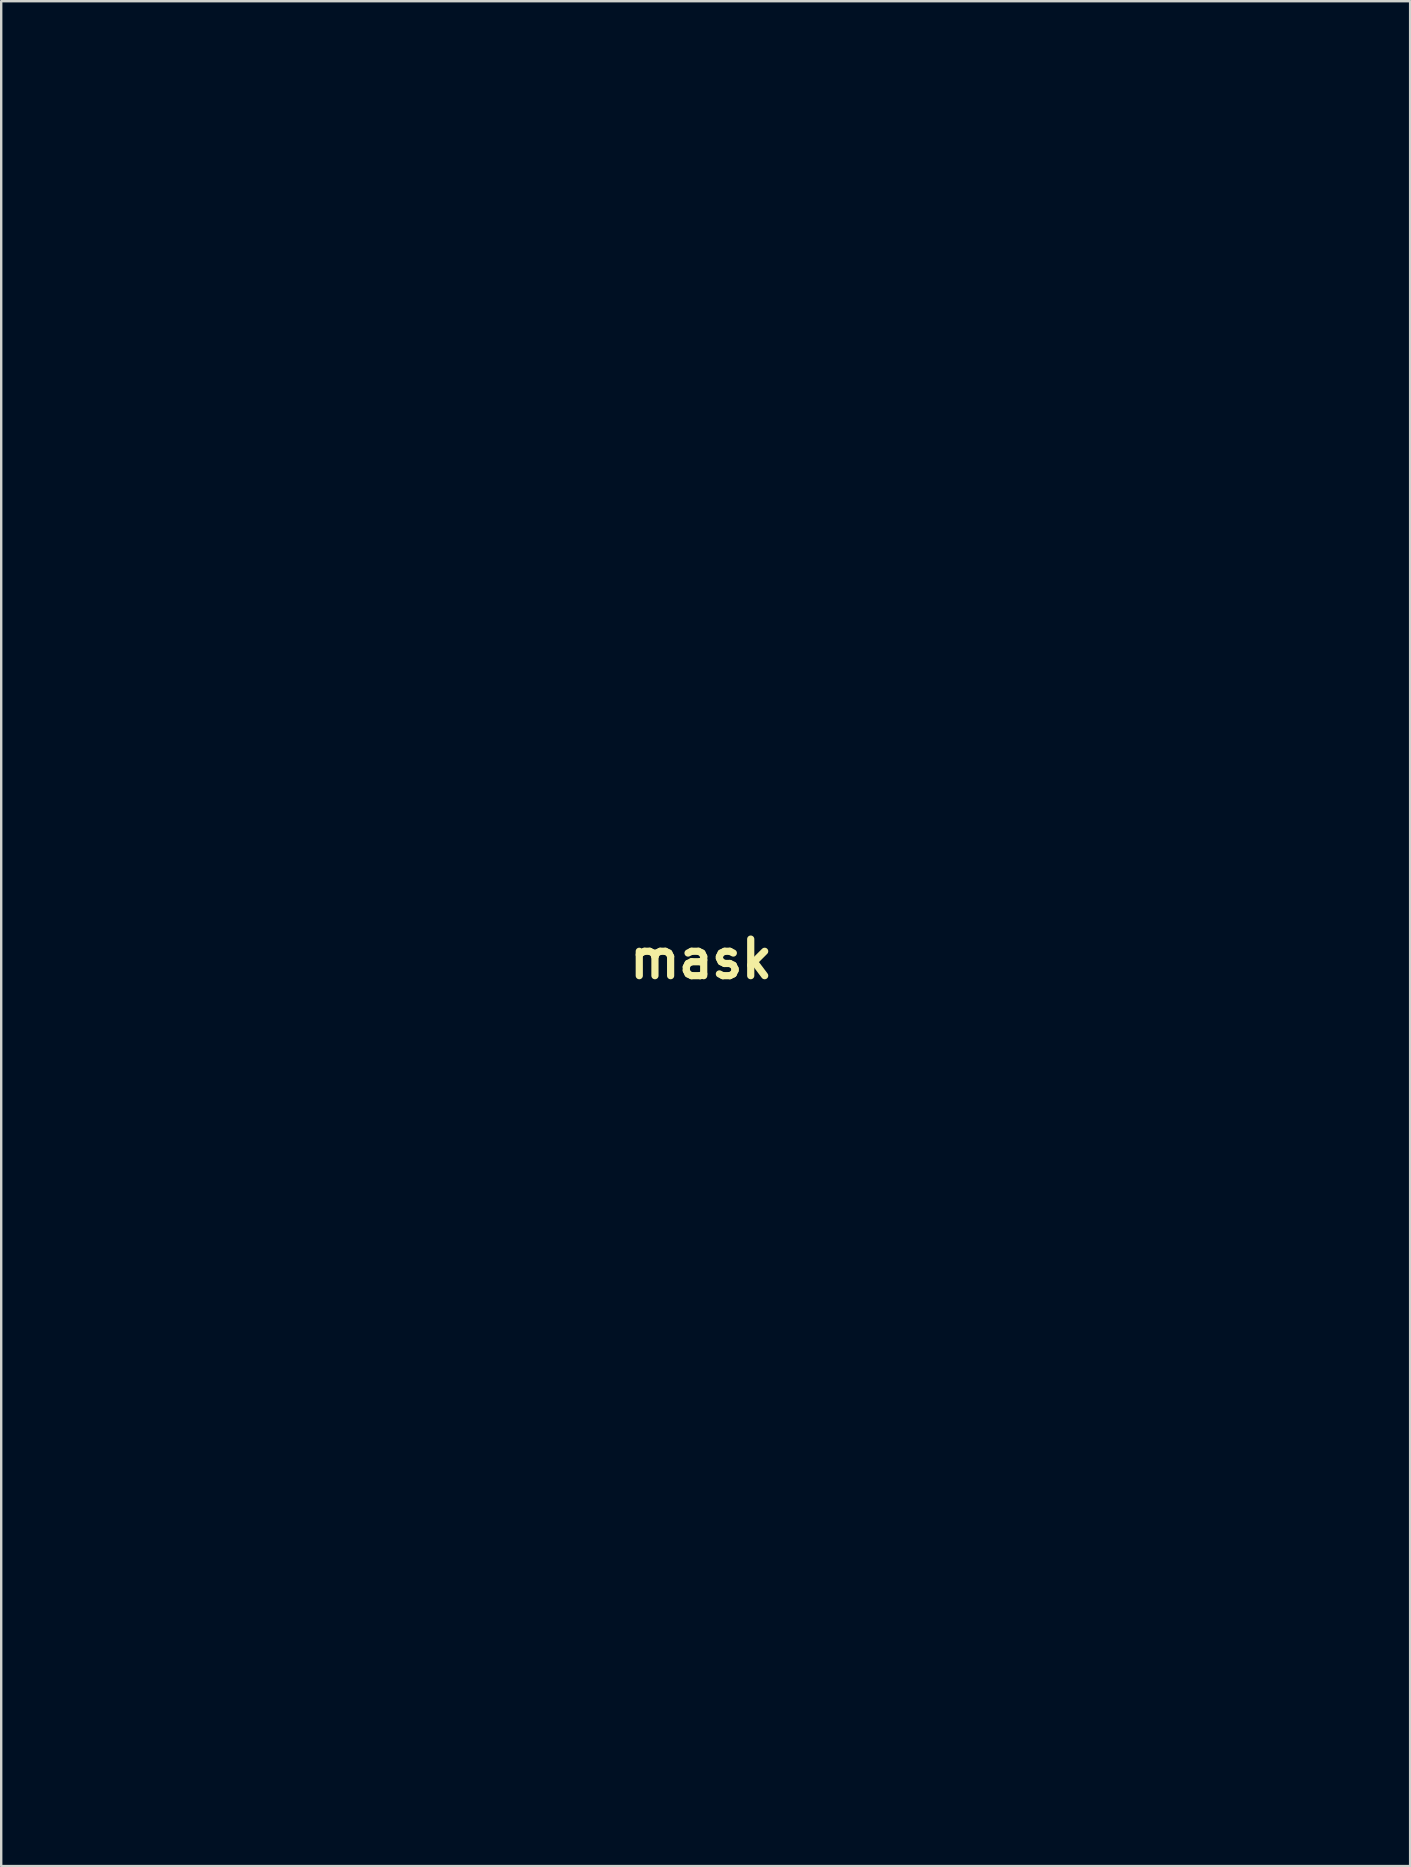
<source format=kicad_pcb>
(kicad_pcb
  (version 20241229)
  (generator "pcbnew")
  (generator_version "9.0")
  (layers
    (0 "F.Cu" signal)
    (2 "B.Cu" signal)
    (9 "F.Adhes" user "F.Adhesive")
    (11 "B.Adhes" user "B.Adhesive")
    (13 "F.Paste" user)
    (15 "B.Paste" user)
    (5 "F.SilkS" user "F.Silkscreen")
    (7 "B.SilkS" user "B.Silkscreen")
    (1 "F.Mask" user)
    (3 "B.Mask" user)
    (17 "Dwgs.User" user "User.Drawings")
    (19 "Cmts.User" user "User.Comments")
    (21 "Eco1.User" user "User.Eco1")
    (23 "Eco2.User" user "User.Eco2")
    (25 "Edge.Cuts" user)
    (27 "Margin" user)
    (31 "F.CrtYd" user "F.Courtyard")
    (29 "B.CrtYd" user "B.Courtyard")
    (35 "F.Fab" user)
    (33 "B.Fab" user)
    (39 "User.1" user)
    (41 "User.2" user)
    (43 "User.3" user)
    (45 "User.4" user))
  (footprint "mask"
    (layer "F.Cu")
    (at 49.877 65.46)
    (property "Reference" "mask" (at -23.71 -28.54 0) (layer "F.SilkS") (effects (font (size 1.524 1.524) (thickness 0.3))))
    (attr through_hole)
    (fp_poly (pts (xy -49.787 -54.66) (xy -49.83 -54.617) (xy -49.872 -54.66) (xy -49.83 -54.702) (xy -49.787 -54.66)) (stroke (width 0.01) (type solid)) (fill yes) (layer "F.Mask"))
    (fp_poly (pts (xy -46.993 -42.806) (xy -47.036 -42.764) (xy -47.078 -42.806) (xy -47.036 -42.849) (xy -46.993 -42.806)) (stroke (width 0.01) (type solid)) (fill yes) (layer "F.Mask"))
    (fp_poly (pts (xy -32.092 -31.884) (xy -32.134 -31.842) (xy -32.177 -31.884) (xy -32.134 -31.927) (xy -32.092 -31.884)) (stroke (width 0.01) (type solid)) (fill yes) (layer "F.Mask"))
    (fp_poly (pts (xy -28.536 -9.363) (xy -28.578 -9.321) (xy -28.621 -9.363) (xy -28.578 -9.405) (xy -28.536 -9.363)) (stroke (width 0.01) (type solid)) (fill yes) (layer "F.Mask"))
    (fp_poly (pts (xy -25.827 -25.788) (xy -25.869 -25.746) (xy -25.911 -25.788) (xy -25.869 -25.831) (xy -25.827 -25.788)) (stroke (width 0.01) (type solid)) (fill yes) (layer "F.Mask"))
    (fp_poly (pts (xy -38.724 -12.425) (xy -38.714 -12.325) (xy -38.724 -12.312) (xy -38.775 -12.324) (xy -38.781 -12.369) (xy -38.75 -12.438) (xy -38.724 -12.425)) (stroke (width 0.01) (type solid)) (fill yes) (layer "F.Mask"))
    (fp_poly (pts (xy -36.521 -12.215) (xy -36.511 -12.083) (xy -36.528 -12.053) (xy -36.567 -12.078) (xy -36.573 -12.164) (xy -36.552 -12.254) (xy -36.521 -12.215)) (stroke (width 0.01) (type solid)) (fill yes) (layer "F.Mask"))
    (fp_poly (pts (xy -29.665 -10.224) (xy -29.655 -10.123) (xy -29.665 -10.111) (xy -29.715 -10.123) (xy -29.721 -10.167) (xy -29.69 -10.237) (xy -29.665 -10.224)) (stroke (width 0.01) (type solid)) (fill yes) (layer "F.Mask"))
    (fp_poly (pts (xy -23.315 -5.313) (xy -23.305 -5.213) (xy -23.315 -5.2) (xy -23.365 -5.212) (xy -23.371 -5.257) (xy -23.34 -5.326) (xy -23.315 -5.313)) (stroke (width 0.01) (type solid)) (fill yes) (layer "F.Mask"))
    (fp_poly (pts (xy -12.393 -16.828) (xy -12.405 -16.777) (xy -12.449 -16.771) (xy -12.519 -16.802) (xy -12.506 -16.828) (xy -12.405 -16.838) (xy -12.393 -16.828)) (stroke (width 0.01) (type solid)) (fill yes) (layer "F.Mask"))
    (fp_poly (pts (xy -30.174 -8.845) (xy -30.187 -8.813) (xy -30.263 -8.732) (xy -30.277 -8.728) (xy -30.313 -8.794) (xy -30.314 -8.813) (xy -30.249 -8.894) (xy -30.224 -8.897) (xy -30.174 -8.845)) (stroke (width 0.01) (type solid)) (fill yes) (layer "F.Mask"))
    (fp_poly (pts (xy -28.057 -10.285) (xy -28.07 -10.252) (xy -28.146 -10.171) (xy -28.16 -10.167) (xy -28.196 -10.233) (xy -28.197 -10.252) (xy -28.132 -10.333) (xy -28.108 -10.337) (xy -28.057 -10.285)) (stroke (width 0.01) (type solid)) (fill yes) (layer "F.Mask"))
    (fp_poly (pts (xy -0.22 -65.422) (xy -0.215 -65.37) (xy -0.338 -65.292) (xy -0.389 -65.285) (xy -0.499 -65.333) (xy -0.511 -65.37) (xy -0.44 -65.438) (xy -0.337 -65.455) (xy -0.22 -65.422)) (stroke (width 0.01) (type solid)) (fill yes) (layer "F.Mask"))
    (fp_poly (pts (xy -28.201 -30.938) (xy -28.185 -30.798) (xy -28.286 -30.63) (xy -28.424 -30.535) (xy -28.491 -30.567) (xy -28.516 -30.722) (xy -28.461 -30.891) (xy -28.357 -30.99) (xy -28.328 -30.995) (xy -28.201 -30.938)) (stroke (width 0.01) (type solid)) (fill yes) (layer "F.Mask"))
    (fp_poly (pts (xy -25.929 -26.033) (xy -25.869 -25.938) (xy -25.956 -25.906) (xy -25.971 -25.905) (xy -26.182 -25.887) (xy -26.317 -25.874) (xy -26.456 -25.891) (xy -26.477 -25.948) (xy -26.377 -26.02) (xy -26.284 -26.027) (xy -26.13 -26.047) (xy -26.082 -26.081) (xy -25.999 -26.088) (xy -25.929 -26.033)) (stroke (width 0.01) (type solid)) (fill yes) (layer "F.Mask"))
    (fp_poly (pts (xy -32.912 -59.095) (xy -32.793 -58.944) (xy -32.623 -58.578) (xy -32.606 -58.23) (xy -32.74 -57.926) (xy -32.86 -57.8) (xy -33.145 -57.616) (xy -33.38 -57.591) (xy -33.578 -57.727) (xy -33.699 -57.916) (xy -33.848 -58.314) (xy -33.848 -58.648) (xy -33.698 -58.942) (xy -33.617 -59.032) (xy -33.362 -59.22) (xy -33.131 -59.241) (xy -32.912 -59.095)) (stroke (width 0.01) (type solid)) (fill yes) (layer "F.Mask"))
    (fp_poly (pts (xy -20.908 -19.562) (xy -20.677 -19.549) (xy -20.552 -19.52) (xy -20.501 -19.467) (xy -20.493 -19.399) (xy -20.561 -19.23) (xy -20.664 -19.141) (xy -20.925 -19.057) (xy -21.274 -19.014) (xy -21.635 -19.017) (xy -21.915 -19.064) (xy -22.139 -19.172) (xy -22.25 -19.309) (xy -22.23 -19.442) (xy -22.177 -19.488) (xy -22.044 -19.521) (xy -21.787 -19.547) (xy -21.45 -19.562) (xy -21.276 -19.564) (xy -20.908 -19.562)) (stroke (width 0.01) (type solid)) (fill yes) (layer "F.Mask"))
    (fp_poly (pts (xy -21.116 -22.245) (xy -20.744 -22.122) (xy -20.711 -22.108) (xy -20.445 -21.974) (xy -20.338 -21.86) (xy -20.383 -21.754) (xy -20.487 -21.685) (xy -20.672 -21.638) (xy -20.972 -21.613) (xy -21.336 -21.612) (xy -21.709 -21.634) (xy -22.039 -21.679) (xy -22.297 -21.741) (xy -22.416 -21.815) (xy -22.427 -21.925) (xy -22.408 -21.981) (xy -22.289 -22.085) (xy -22.165 -22.099) (xy -21.945 -22.117) (xy -21.736 -22.177) (xy -21.427 -22.262) (xy -21.116 -22.245)) (stroke (width 0.01) (type solid)) (fill yes) (layer "F.Mask"))
    (fp_poly (pts (xy 0.243 -0.918) (xy 0.528 -0.815) (xy 0.714 -0.688) (xy 0.817 -0.466) (xy 0.847 -0.154) (xy 0.812 0.189) (xy 0.717 0.505) (xy 0.57 0.734) (xy 0.548 0.754) (xy 0.391 0.82) (xy 0.142 0.863) (xy -0.138 0.882) (xy -0.39 0.871) (xy -0.555 0.83) (xy -0.578 0.81) (xy -0.764 0.457) (xy -0.834 0.072) (xy -0.797 -0.305) (xy -0.657 -0.633) (xy -0.423 -0.874) (xy -0.289 -0.942) (xy -0.055 -0.966) (xy 0.243 -0.918)) (stroke (width 0.01) (type solid)) (fill yes) (layer "F.Mask"))
    (fp_poly (pts (xy -21.787 -20.882) (xy -21.449 -20.867) (xy -21.212 -20.852) (xy -20.826 -20.822) (xy -20.578 -20.792) (xy -20.439 -20.753) (xy -20.378 -20.698) (xy -20.366 -20.628) (xy -20.387 -20.544) (xy -20.472 -20.482) (xy -20.652 -20.429) (xy -20.959 -20.375) (xy -21.085 -20.356) (xy -21.537 -20.293) (xy -21.849 -20.258) (xy -22.05 -20.251) (xy -22.166 -20.269) (xy -22.214 -20.299) (xy -22.265 -20.434) (xy -22.266 -20.629) (xy -22.225 -20.804) (xy -22.165 -20.876) (xy -22.039 -20.886) (xy -21.787 -20.882)) (stroke (width 0.01) (type solid)) (fill yes) (layer "F.Mask"))
    (fp_poly (pts (xy -23.853 -47.204) (xy -23.593 -47) (xy -23.551 -46.954) (xy -23.403 -46.763) (xy -23.326 -46.621) (xy -23.324 -46.582) (xy -23.295 -46.488) (xy -23.172 -46.333) (xy -23.114 -46.275) (xy -22.954 -46.087) (xy -22.868 -45.918) (xy -22.863 -45.884) (xy -22.936 -45.712) (xy -23.129 -45.605) (xy -23.402 -45.57) (xy -23.716 -45.614) (xy -23.922 -45.688) (xy -24.14 -45.75) (xy -24.454 -45.793) (xy -24.747 -45.808) (xy -25.055 -45.822) (xy -25.256 -45.857) (xy -25.319 -45.9) (xy -25.265 -46.015) (xy -25.133 -46.184) (xy -25.103 -46.218) (xy -24.924 -46.424) (xy -24.714 -46.691) (xy -24.612 -46.828) (xy -24.351 -47.12) (xy -24.102 -47.245) (xy -23.853 -47.204)) (stroke (width 0.01) (type solid)) (fill yes) (layer "F.Mask"))
    (fp_poly (pts (xy -20.77 -41.45) (xy -20.49 -41.386) (xy -20.463 -41.375) (xy -20.204 -41.275) (xy -19.972 -41.206) (xy -19.762 -41.085) (xy -19.654 -40.889) (xy -19.569 -40.542) (xy -19.606 -40.299) (xy -19.778 -40.134) (xy -20.101 -40.026) (xy -20.186 -40.009) (xy -20.386 -39.944) (xy -20.489 -39.859) (xy -20.493 -39.84) (xy -20.569 -39.738) (xy -20.762 -39.645) (xy -21.02 -39.579) (xy -21.292 -39.558) (xy -21.297 -39.558) (xy -21.548 -39.544) (xy -21.732 -39.507) (xy -21.898 -39.494) (xy -21.968 -39.537) (xy -22.082 -39.586) (xy -22.264 -39.578) (xy -22.542 -39.586) (xy -22.811 -39.675) (xy -23.117 -39.82) (xy -23.117 -40.477) (xy -23.103 -40.877) (xy -23.06 -41.131) (xy -23.012 -41.217) (xy -22.796 -41.316) (xy -22.458 -41.394) (xy -22.041 -41.449) (xy -21.591 -41.479) (xy -21.152 -41.48) (xy -20.77 -41.45)) (stroke (width 0.01) (type solid)) (fill yes) (layer "F.Mask"))
    (fp_poly (pts (xy -31.64 -36.135) (xy -31.331 -36.062) (xy -31.183 -35.94) (xy -31.185 -35.797) (xy -31.163 -35.689) (xy -31.026 -35.529) (xy -30.759 -35.303) (xy -30.627 -35.201) (xy -30.313 -34.972) (xy -30.012 -34.766) (xy -29.775 -34.62) (xy -29.721 -34.591) (xy -29.48 -34.438) (xy -29.214 -34.225) (xy -29.11 -34.128) (xy -28.868 -33.919) (xy -28.549 -33.686) (xy -28.264 -33.503) (xy -27.915 -33.264) (xy -27.558 -32.965) (xy -27.328 -32.733) (xy -26.925 -32.274) (xy -27.319 -31.635) (xy -27.5 -31.351) (xy -27.65 -31.134) (xy -27.746 -31.015) (xy -27.765 -31.002) (xy -27.87 -31.038) (xy -28.062 -31.116) (xy -28.104 -31.135) (xy -28.368 -31.273) (xy -28.642 -31.451) (xy -28.681 -31.481) (xy -28.862 -31.602) (xy -29.156 -31.782) (xy -29.524 -31.996) (xy -29.931 -32.224) (xy -30.027 -32.277) (xy -30.625 -32.614) (xy -31.102 -32.913) (xy -31.494 -33.201) (xy -31.833 -33.503) (xy -32.157 -33.848) (xy -32.318 -34.039) (xy -32.769 -34.584) (xy -32.769 -36.16) (xy -32.108 -36.16) (xy -31.64 -36.135)) (stroke (width 0.01) (type solid)) (fill yes) (layer "F.Mask"))
    (fp_poly (pts (xy -27.12 -41.432) (xy -26.778 -41.414) (xy -26.365 -41.387) (xy -26.08 -41.356) (xy -25.878 -41.311) (xy -25.717 -41.24) (xy -25.556 -41.131) (xy -25.48 -41.073) (xy -25.145 -40.798) (xy -24.949 -40.591) (xy -24.895 -40.475) (xy -24.966 -40.407) (xy -25.149 -40.293) (xy -25.401 -40.155) (xy -25.679 -40.015) (xy -25.941 -39.895) (xy -26.144 -39.817) (xy -26.227 -39.798) (xy -26.389 -39.77) (xy -26.642 -39.7) (xy -26.811 -39.645) (xy -27.09 -39.56) (xy -27.293 -39.541) (xy -27.495 -39.583) (xy -27.571 -39.607) (xy -27.806 -39.669) (xy -27.987 -39.681) (xy -28.015 -39.674) (xy -28.153 -39.693) (xy -28.35 -39.795) (xy -28.414 -39.841) (xy -28.607 -39.975) (xy -28.747 -40.049) (xy -28.771 -40.055) (xy -28.853 -40.123) (xy -28.951 -40.282) (xy -29.026 -40.462) (xy -29.044 -40.56) (xy -28.984 -40.698) (xy -28.839 -40.878) (xy -28.661 -41.045) (xy -28.504 -41.146) (xy -28.462 -41.155) (xy -28.296 -41.192) (xy -28.067 -41.284) (xy -28.011 -41.312) (xy -27.85 -41.382) (xy -27.675 -41.423) (xy -27.445 -41.438) (xy -27.12 -41.432)) (stroke (width 0.01) (type solid)) (fill yes) (layer "F.Mask"))
    (fp_poly (pts (xy -32.75 -60.442) (xy -32.439 -60.404) (xy -32.222 -60.326) (xy -32.024 -60.177) (xy -31.959 -60.115) (xy -31.555 -59.637) (xy -31.275 -59.117) (xy -31.12 -58.58) (xy -31.094 -58.052) (xy -31.198 -57.558) (xy -31.436 -57.122) (xy -31.649 -56.895) (xy -32.098 -56.587) (xy -32.611 -56.375) (xy -33.138 -56.274) (xy -33.627 -56.3) (xy -33.658 -56.307) (xy -33.942 -56.395) (xy -34.182 -56.533) (xy -34.423 -56.753) (xy -34.676 -57.046) (xy -35.061 -57.568) (xy -35.3 -58.009) (xy -35.393 -58.367) (xy -35.394 -58.407) (xy -35.377 -58.48) (xy -34.831 -58.48) (xy -34.758 -58.158) (xy -34.559 -57.808) (xy -34.278 -57.461) (xy -33.922 -57.097) (xy -33.608 -56.869) (xy -33.296 -56.764) (xy -32.947 -56.767) (xy -32.537 -56.862) (xy -32.109 -57.063) (xy -31.805 -57.36) (xy -31.636 -57.733) (xy -31.617 -58.157) (xy -31.673 -58.401) (xy -31.89 -58.872) (xy -32.204 -59.296) (xy -32.571 -59.616) (xy -32.631 -59.653) (xy -32.916 -59.784) (xy -33.2 -59.856) (xy -33.433 -59.862) (xy -33.566 -59.794) (xy -33.567 -59.793) (xy -33.676 -59.723) (xy -33.847 -59.67) (xy -34.139 -59.546) (xy -34.433 -59.32) (xy -34.672 -59.046) (xy -34.792 -58.805) (xy -34.831 -58.48) (xy -35.377 -58.48) (xy -35.324 -58.705) (xy -35.128 -59.052) (xy -34.832 -59.416) (xy -34.456 -59.763) (xy -34.39 -59.815) (xy -33.962 -60.122) (xy -33.603 -60.318) (xy -33.269 -60.422) (xy -32.916 -60.449) (xy -32.75 -60.442)) (stroke (width 0.01) (type solid)) (fill yes) (layer "F.Mask"))
    (fp_poly (pts (xy 0.336 -2.378) (xy 0.596 -2.257) (xy 0.913 -2.045) (xy 1.242 -1.78) (xy 1.533 -1.503) (xy 1.738 -1.253) (xy 1.778 -1.185) (xy 1.968 -0.631) (xy 2.002 -0.033) (xy 1.943 0.344) (xy 1.721 0.991) (xy 1.389 1.51) (xy 0.943 1.906) (xy 0.632 2.08) (xy 0.326 2.204) (xy 0.059 2.257) (xy -0.24 2.246) (xy -0.568 2.19) (xy -1.072 2.034) (xy -1.506 1.791) (xy -1.838 1.483) (xy -2.035 1.137) (xy -2.166 0.578) (xy -2.21 -0.012) (xy -2.188 -0.343) (xy -1.762 -0.343) (xy -1.757 0.161) (xy -1.677 0.636) (xy -1.534 1.039) (xy -1.339 1.325) (xy -1.33 1.334) (xy -1.042 1.531) (xy -0.659 1.702) (xy -0.253 1.816) (xy 0.039 1.85) (xy 0.371 1.8) (xy 0.706 1.669) (xy 0.716 1.663) (xy 0.988 1.458) (xy 1.209 1.155) (xy 1.287 1.009) (xy 1.52 0.403) (xy 1.592 -0.155) (xy 1.501 -0.661) (xy 1.251 -1.114) (xy 0.84 -1.513) (xy 0.417 -1.78) (xy 0.132 -1.925) (xy -0.066 -1.998) (xy -0.235 -2.009) (xy -0.434 -1.972) (xy -0.471 -1.963) (xy -0.967 -1.789) (xy -1.329 -1.539) (xy -1.572 -1.192) (xy -1.715 -0.728) (xy -1.762 -0.343) (xy -2.188 -0.343) (xy -2.172 -0.587) (xy -2.055 -1.106) (xy -1.863 -1.524) (xy -1.812 -1.596) (xy -1.531 -1.863) (xy -1.142 -2.096) (xy -0.698 -2.276) (xy -0.248 -2.387) (xy 0.158 -2.409) (xy 0.336 -2.378)) (stroke (width 0.01) (type solid)) (fill yes) (layer "F.Mask"))
    (fp_poly (pts (xy -13.335 -6.3) (xy -13.139 -6.154) (xy -13.042 -6.061) (xy -12.775 -5.843) (xy -12.539 -5.765) (xy -12.534 -5.765) (xy -12.385 -5.743) (xy -12.324 -5.646) (xy -12.314 -5.473) (xy -12.268 -5.228) (xy -12.143 -4.886) (xy -11.959 -4.489) (xy -11.737 -4.079) (xy -11.497 -3.697) (xy -11.357 -3.504) (xy -11.186 -3.263) (xy -11.131 -3.124) (xy -11.166 -3.074) (xy -11.261 -3.021) (xy -11.428 -2.896) (xy -11.681 -2.688) (xy -12.034 -2.386) (xy -12.365 -2.099) (xy -12.748 -1.784) (xy -13.044 -1.596) (xy -13.271 -1.53) (xy -13.448 -1.582) (xy -13.593 -1.747) (xy -13.617 -1.788) (xy -13.75 -1.966) (xy -13.887 -2.005) (xy -13.931 -1.995) (xy -14.129 -1.949) (xy -14.387 -1.902) (xy -14.418 -1.897) (xy -14.646 -1.885) (xy -14.728 -1.947) (xy -14.665 -2.09) (xy -14.502 -2.276) (xy -14.362 -2.416) (xy -14.292 -2.478) (xy -14.29 -2.475) (xy -14.263 -2.375) (xy -14.142 -2.268) (xy -13.993 -2.21) (xy -13.972 -2.209) (xy -13.814 -2.284) (xy -13.729 -2.487) (xy -13.719 -2.606) (xy -13.774 -2.695) (xy -13.847 -2.686) (xy -13.935 -2.683) (xy -13.934 -2.801) (xy -13.925 -2.838) (xy -13.937 -3.012) (xy -14.017 -3.284) (xy -14.146 -3.613) (xy -14.305 -3.958) (xy -14.475 -4.281) (xy -14.637 -4.54) (xy -14.773 -4.698) (xy -14.821 -4.724) (xy -14.942 -4.828) (xy -14.974 -5.015) (xy -14.927 -5.233) (xy -14.814 -5.43) (xy -14.646 -5.554) (xy -14.632 -5.559) (xy -14.487 -5.64) (xy -14.268 -5.801) (xy -14.05 -5.984) (xy -13.812 -6.176) (xy -13.604 -6.311) (xy -13.479 -6.357) (xy -13.335 -6.3)) (stroke (width 0.01) (type solid)) (fill yes) (layer "F.Mask"))
    (fp_poly (pts (xy -44.486 -56.557) (xy -44.393 -56.516) (xy -44.389 -56.416) (xy -44.402 -56.357) (xy -44.397 -56.18) (xy -44.337 -55.884) (xy -44.234 -55.508) (xy -44.099 -55.087) (xy -43.945 -54.66) (xy -43.784 -54.263) (xy -43.628 -53.933) (xy -43.602 -53.884) (xy -43.428 -53.54) (xy -43.261 -53.162) (xy -43.197 -52.995) (xy -43.022 -52.521) (xy -42.838 -52.037) (xy -42.66 -51.58) (xy -42.5 -51.185) (xy -42.373 -50.888) (xy -42.311 -50.754) (xy -42.245 -50.599) (xy -42.137 -50.311) (xy -41.997 -49.92) (xy -41.835 -49.452) (xy -41.661 -48.937) (xy -41.619 -48.813) (xy -41.417 -48.229) (xy -41.196 -47.626) (xy -40.973 -47.051) (xy -40.766 -46.549) (xy -40.597 -46.175) (xy -40.381 -45.713) (xy -40.242 -45.365) (xy -40.168 -45.103) (xy -40.149 -44.895) (xy -40.15 -44.888) (xy -40.173 -44.687) (xy -40.216 -44.592) (xy -40.234 -44.593) (xy -40.348 -44.582) (xy -40.489 -44.507) (xy -40.66 -44.426) (xy -40.789 -44.473) (xy -40.921 -44.524) (xy -41.003 -44.471) (xy -41.167 -44.386) (xy -41.262 -44.373) (xy -41.426 -44.31) (xy -41.59 -44.161) (xy -41.756 -44.011) (xy -41.919 -43.949) (xy -42.053 -43.899) (xy -42.083 -43.833) (xy -42.142 -43.688) (xy -42.223 -43.6) (xy -42.325 -43.532) (xy -42.465 -43.486) (xy -42.686 -43.451) (xy -43.028 -43.418) (xy -43.22 -43.382) (xy -43.317 -43.336) (xy -43.459 -43.277) (xy -43.568 -43.363) (xy -43.688 -43.413) (xy -43.918 -43.403) (xy -43.936 -43.401) (xy -44.247 -43.348) (xy -44.368 -43.882) (xy -44.446 -44.244) (xy -44.483 -44.481) (xy -44.483 -44.633) (xy -44.448 -44.736) (xy -44.424 -44.774) (xy -44.391 -44.915) (xy -44.395 -45.153) (xy -44.41 -45.282) (xy -44.436 -45.51) (xy -44.466 -45.866) (xy -44.498 -46.307) (xy -44.529 -46.792) (xy -44.54 -46.997) (xy -44.598 -48.059) (xy -44.649 -48.968) (xy -44.695 -49.741) (xy -44.737 -50.396) (xy -44.776 -50.949) (xy -44.813 -51.417) (xy -44.851 -51.816) (xy -44.889 -52.164) (xy -44.929 -52.477) (xy -44.951 -52.628) (xy -44.999 -53.026) (xy -45.039 -53.487) (xy -45.068 -53.98) (xy -45.086 -54.473) (xy -45.093 -54.935) (xy -45.088 -55.336) (xy -45.07 -55.643) (xy -45.038 -55.824) (xy -45.022 -55.855) (xy -44.997 -55.969) (xy -45.007 -56.178) (xy -45.016 -56.239) (xy -45.068 -56.565) (xy -44.709 -56.565) (xy -44.486 -56.557)) (stroke (width 0.01) (type solid)) (fill yes) (layer "F.Mask"))
    (fp_poly (pts (xy -1.651 -54.982) (xy -1.561 -54.826) (xy -1.612 -54.617) (xy -1.673 -54.421) (xy -1.7 -54.178) (xy -1.733 -53.909) (xy -1.808 -53.609) (xy -1.823 -53.563) (xy -1.892 -53.306) (xy -1.872 -53.149) (xy -1.85 -53.117) (xy -1.814 -53.001) (xy -1.835 -52.792) (xy -1.919 -52.46) (xy -1.939 -52.393) (xy -2.114 -51.661) (xy -2.245 -50.819) (xy -2.324 -49.921) (xy -2.331 -49.778) (xy -2.365 -49.347) (xy -2.424 -48.863) (xy -2.489 -48.465) (xy -2.538 -48.144) (xy -2.586 -47.701) (xy -2.629 -47.186) (xy -2.662 -46.649) (xy -2.673 -46.405) (xy -2.721 -45.554) (xy -2.794 -44.87) (xy -2.89 -44.356) (xy -2.978 -43.933) (xy -3.048 -43.469) (xy -3.083 -43.092) (xy -3.105 -42.764) (xy -3.144 -42.556) (xy -3.215 -42.418) (xy -3.336 -42.3) (xy -3.357 -42.283) (xy -3.602 -42.139) (xy -3.835 -42.086) (xy -4.003 -42.135) (xy -4.008 -42.14) (xy -4.016 -42.247) (xy -3.973 -42.359) (xy -3.918 -42.505) (xy -3.923 -42.563) (xy -4.021 -42.586) (xy -4.242 -42.609) (xy -4.542 -42.629) (xy -4.586 -42.632) (xy -5.067 -42.675) (xy -5.422 -42.751) (xy -5.636 -42.854) (xy -5.688 -42.924) (xy -5.795 -42.992) (xy -6.035 -43.025) (xy -6.375 -43.021) (xy -6.755 -42.981) (xy -7.051 -42.955) (xy -7.188 -42.982) (xy -7.2 -43.008) (xy -7.258 -43.056) (xy -7.422 -43.014) (xy -7.656 -42.975) (xy -7.745 -43.014) (xy -7.805 -43.151) (xy -7.821 -43.377) (xy -7.796 -43.617) (xy -7.731 -43.798) (xy -7.722 -43.81) (xy -7.654 -43.937) (xy -7.554 -44.17) (xy -7.459 -44.415) (xy -7.312 -44.767) (xy -7.134 -45.123) (xy -7.025 -45.311) (xy -6.847 -45.631) (xy -6.68 -45.998) (xy -6.619 -46.158) (xy -6.506 -46.447) (xy -6.343 -46.82) (xy -6.158 -47.21) (xy -6.094 -47.336) (xy -5.938 -47.654) (xy -5.819 -47.915) (xy -5.753 -48.085) (xy -5.746 -48.126) (xy -5.709 -48.23) (xy -5.593 -48.399) (xy -5.563 -48.435) (xy -5.466 -48.581) (xy -5.307 -48.852) (xy -5.103 -49.223) (xy -4.867 -49.666) (xy -4.613 -50.155) (xy -4.533 -50.312) (xy -4.28 -50.809) (xy -4.044 -51.266) (xy -3.837 -51.657) (xy -3.675 -51.957) (xy -3.571 -52.139) (xy -3.552 -52.169) (xy -3.356 -52.468) (xy -3.141 -52.829) (xy -2.927 -53.212) (xy -2.735 -53.578) (xy -2.588 -53.887) (xy -2.506 -54.098) (xy -2.5 -54.122) (xy -2.427 -54.357) (xy -2.335 -54.53) (xy -2.332 -54.533) (xy -2.219 -54.719) (xy -2.167 -54.85) (xy -2.064 -55) (xy -1.869 -55.041) (xy -1.651 -54.982)) (stroke (width 0.01) (type solid)) (fill yes) (layer "F.Mask"))
    (fp_poly (pts (xy -15.497 -35.539) (xy -15.505 -35.138) (xy -15.528 -34.886) (xy -15.57 -34.765) (xy -15.603 -34.747) (xy -15.7 -34.711) (xy -15.928 -34.61) (xy -16.267 -34.453) (xy -16.696 -34.251) (xy -17.196 -34.013) (xy -17.745 -33.749) (xy -18.325 -33.47) (xy -18.913 -33.184) (xy -19.491 -32.902) (xy -20.037 -32.634) (xy -20.532 -32.389) (xy -20.956 -32.177) (xy -21.287 -32.008) (xy -21.507 -31.893) (xy -21.593 -31.84) (xy -21.593 -31.839) (xy -21.687 -31.771) (xy -21.884 -31.658) (xy -22.064 -31.563) (xy -22.324 -31.419) (xy -22.529 -31.28) (xy -22.607 -31.21) (xy -22.875 -30.947) (xy -23.193 -30.721) (xy -23.504 -30.569) (xy -23.678 -30.527) (xy -23.89 -30.497) (xy -24.016 -30.461) (xy -24.024 -30.456) (xy -24.033 -30.365) (xy -24.041 -30.122) (xy -24.049 -29.744) (xy -24.055 -29.247) (xy -24.061 -28.65) (xy -24.065 -27.969) (xy -24.067 -27.221) (xy -24.068 -26.581) (xy -24.07 -25.636) (xy -24.073 -24.847) (xy -24.079 -24.202) (xy -24.087 -23.688) (xy -24.099 -23.292) (xy -24.114 -23.002) (xy -24.133 -22.804) (xy -24.157 -22.686) (xy -24.18 -22.639) (xy -24.331 -22.541) (xy -24.443 -22.552) (xy -24.472 -22.628) (xy -24.524 -22.764) (xy -24.608 -22.878) (xy -24.642 -22.929) (xy -24.669 -23.014) (xy -24.691 -23.146) (xy -24.708 -23.342) (xy -24.721 -23.617) (xy -24.73 -23.985) (xy -24.736 -24.463) (xy -24.739 -25.064) (xy -24.74 -25.806) (xy -24.739 -26.652) (xy -24.737 -27.601) (xy -24.732 -28.395) (xy -24.723 -29.049) (xy -24.712 -29.578) (xy -24.696 -29.996) (xy -24.676 -30.318) (xy -24.651 -30.559) (xy -24.621 -30.733) (xy -24.616 -30.756) (xy -24.553 -31.031) (xy -24.54 -31.197) (xy -24.58 -31.308) (xy -24.664 -31.404) (xy -24.774 -31.529) (xy -24.776 -31.629) (xy -24.673 -31.784) (xy -24.673 -31.784) (xy -24.523 -31.923) (xy -24.269 -32.1) (xy -23.959 -32.281) (xy -23.883 -32.322) (xy -23.502 -32.532) (xy -23.105 -32.777) (xy -22.774 -33.004) (xy -22.764 -33.011) (xy -22.429 -33.236) (xy -22.055 -33.449) (xy -21.787 -33.575) (xy -21.391 -33.743) (xy -20.94 -33.945) (xy -20.468 -34.165) (xy -20.01 -34.386) (xy -19.599 -34.591) (xy -19.269 -34.765) (xy -19.054 -34.891) (xy -19.03 -34.908) (xy -18.625 -35.181) (xy -18.251 -35.403) (xy -17.938 -35.559) (xy -17.717 -35.631) (xy -17.668 -35.634) (xy -17.505 -35.659) (xy -17.261 -35.741) (xy -16.979 -35.857) (xy -16.705 -35.988) (xy -16.482 -36.113) (xy -16.357 -36.212) (xy -16.344 -36.24) (xy -16.267 -36.292) (xy -16.067 -36.324) (xy -15.921 -36.329) (xy -15.497 -36.329) (xy -15.497 -35.539)) (stroke (width 0.01) (type solid)) (fill yes) (layer "F.Mask"))
    (fp_poly (pts (xy -5.643 -56.039) (xy -5.67 -55.74) (xy -5.725 -55.472) (xy -5.748 -55.404) (xy -5.815 -55.214) (xy -5.911 -54.916) (xy -6.018 -54.564) (xy -6.052 -54.448) (xy -6.149 -54.096) (xy -6.198 -53.87) (xy -6.201 -53.735) (xy -6.162 -53.657) (xy -6.135 -53.633) (xy -6.058 -53.528) (xy -6.078 -53.367) (xy -6.104 -53.294) (xy -6.154 -53.127) (xy -6.226 -52.829) (xy -6.314 -52.438) (xy -6.409 -51.989) (xy -6.45 -51.781) (xy -6.559 -51.274) (xy -6.686 -50.743) (xy -6.822 -50.22) (xy -6.958 -49.735) (xy -7.086 -49.32) (xy -7.198 -49.007) (xy -7.283 -48.825) (xy -7.288 -48.818) (xy -7.366 -48.64) (xy -7.449 -48.339) (xy -7.53 -47.958) (xy -7.599 -47.544) (xy -7.648 -47.14) (xy -7.665 -46.87) (xy -7.697 -46.451) (xy -7.758 -46.007) (xy -7.832 -45.645) (xy -7.908 -45.308) (xy -7.917 -45.117) (xy -7.885 -45.067) (xy -7.806 -44.962) (xy -7.791 -44.764) (xy -7.834 -44.534) (xy -7.927 -44.332) (xy -7.972 -44.278) (xy -8.128 -44.066) (xy -8.21 -43.876) (xy -8.344 -43.667) (xy -8.545 -43.562) (xy -8.767 -43.44) (xy -8.92 -43.27) (xy -8.923 -43.266) (xy -9.055 -43.112) (xy -9.231 -43.031) (xy -9.387 -43.044) (xy -9.436 -43.09) (xy -9.452 -43.232) (xy -9.432 -43.315) (xy -9.423 -43.451) (xy -9.535 -43.535) (xy -9.78 -43.573) (xy -10.176 -43.568) (xy -10.198 -43.567) (xy -10.517 -43.563) (xy -10.767 -43.583) (xy -10.898 -43.623) (xy -11.037 -43.671) (xy -11.091 -43.655) (xy -11.233 -43.646) (xy -11.285 -43.669) (xy -11.449 -43.723) (xy -11.603 -43.738) (xy -11.763 -43.772) (xy -11.808 -43.904) (xy -11.808 -43.928) (xy -11.83 -44.06) (xy -11.942 -44.112) (xy -12.083 -44.119) (xy -12.296 -44.149) (xy -12.365 -44.245) (xy -12.365 -44.246) (xy -12.43 -44.34) (xy -12.638 -44.373) (xy -12.656 -44.373) (xy -12.865 -44.392) (xy -12.987 -44.439) (xy -12.993 -44.446) (xy -13.1 -44.487) (xy -13.251 -44.479) (xy -13.444 -44.49) (xy -13.52 -44.605) (xy -13.474 -44.802) (xy -13.355 -44.993) (xy -13.179 -45.259) (xy -13.031 -45.539) (xy -13.018 -45.569) (xy -12.875 -45.802) (xy -12.656 -46.045) (xy -12.554 -46.134) (xy -12.306 -46.384) (xy -12.087 -46.691) (xy -12.027 -46.802) (xy -11.873 -47.097) (xy -11.672 -47.44) (xy -11.525 -47.671) (xy -11.353 -47.943) (xy -11.137 -48.313) (xy -10.905 -48.726) (xy -10.739 -49.036) (xy -10.495 -49.485) (xy -10.218 -49.968) (xy -9.951 -50.415) (xy -9.806 -50.645) (xy -9.568 -51.015) (xy -9.328 -51.395) (xy -9.125 -51.72) (xy -9.062 -51.823) (xy -8.643 -52.512) (xy -8.295 -53.076) (xy -8.005 -53.538) (xy -7.757 -53.919) (xy -7.539 -54.241) (xy -7.334 -54.527) (xy -7.13 -54.798) (xy -7.07 -54.875) (xy -6.811 -55.228) (xy -6.582 -55.579) (xy -6.413 -55.88) (xy -6.347 -56.032) (xy -6.257 -56.273) (xy -6.169 -56.393) (xy -6.039 -56.434) (xy -5.923 -56.438) (xy -5.634 -56.438) (xy -5.643 -56.039)) (stroke (width 0.01) (type solid)) (fill yes) (layer "F.Mask"))
    (fp_poly (pts (xy -40.166 -57.889) (xy -40.135 -57.768) (xy -40.098 -57.57) (xy -39.997 -57.266) (xy -39.851 -56.898) (xy -39.68 -56.509) (xy -39.501 -56.14) (xy -39.335 -55.833) (xy -39.198 -55.63) (xy -39.161 -55.591) (xy -39.084 -55.477) (xy -38.959 -55.243) (xy -38.803 -54.924) (xy -38.631 -54.555) (xy -38.461 -54.172) (xy -38.308 -53.811) (xy -38.19 -53.508) (xy -38.159 -53.421) (xy -38.078 -53.219) (xy -37.94 -52.923) (xy -37.76 -52.56) (xy -37.553 -52.154) (xy -37.332 -51.734) (xy -37.112 -51.325) (xy -36.906 -50.954) (xy -36.729 -50.648) (xy -36.595 -50.432) (xy -36.518 -50.334) (xy -36.509 -50.331) (xy -36.452 -50.273) (xy -36.336 -50.09) (xy -36.178 -49.81) (xy -35.993 -49.459) (xy -35.964 -49.401) (xy -35.765 -49.003) (xy -35.638 -48.732) (xy -35.574 -48.564) (xy -35.567 -48.474) (xy -35.607 -48.44) (xy -35.648 -48.437) (xy -35.766 -48.41) (xy -35.784 -48.299) (xy -35.765 -48.204) (xy -35.655 -47.914) (xy -35.502 -47.772) (xy -35.434 -47.759) (xy -35.338 -47.689) (xy -35.212 -47.509) (xy -35.131 -47.357) (xy -34.978 -47.056) (xy -34.787 -46.703) (xy -34.654 -46.469) (xy -34.501 -46.187) (xy -34.433 -46.001) (xy -34.438 -45.868) (xy -34.462 -45.813) (xy -34.554 -45.69) (xy -34.682 -45.65) (xy -34.898 -45.684) (xy -35.03 -45.72) (xy -35.23 -45.757) (xy -35.352 -45.702) (xy -35.42 -45.614) (xy -35.57 -45.468) (xy -35.779 -45.347) (xy -35.986 -45.279) (xy -36.126 -45.294) (xy -36.204 -45.398) (xy -36.314 -45.596) (xy -36.357 -45.685) (xy -36.458 -45.883) (xy -36.52 -45.943) (xy -36.567 -45.882) (xy -36.577 -45.857) (xy -36.691 -45.7) (xy -36.881 -45.555) (xy -36.883 -45.554) (xy -37.087 -45.376) (xy -37.156 -45.156) (xy -37.227 -44.898) (xy -37.362 -44.752) (xy -37.532 -44.743) (xy -37.581 -44.768) (xy -37.745 -44.807) (xy -37.917 -44.729) (xy -38.089 -44.651) (xy -38.207 -44.696) (xy -38.209 -44.699) (xy -38.358 -44.788) (xy -38.497 -44.727) (xy -38.629 -44.541) (xy -38.791 -44.342) (xy -38.947 -44.303) (xy -39.079 -44.425) (xy -39.122 -44.521) (xy -39.229 -44.78) (xy -39.32 -44.965) (xy -39.383 -45.137) (xy -39.439 -45.417) (xy -39.49 -45.818) (xy -39.538 -46.355) (xy -39.584 -47.043) (xy -39.596 -47.251) (xy -39.649 -47.986) (xy -39.723 -48.768) (xy -39.815 -49.558) (xy -39.918 -50.318) (xy -40.029 -51.01) (xy -40.141 -51.594) (xy -40.207 -51.874) (xy -40.256 -52.118) (xy -40.308 -52.451) (xy -40.356 -52.819) (xy -40.393 -53.171) (xy -40.413 -53.453) (xy -40.412 -53.601) (xy -40.415 -53.732) (xy -40.436 -53.992) (xy -40.47 -54.345) (xy -40.514 -54.744) (xy -40.554 -55.143) (xy -40.576 -55.481) (xy -40.579 -55.722) (xy -40.562 -55.831) (xy -40.562 -55.832) (xy -40.547 -55.95) (xy -40.607 -56.124) (xy -40.671 -56.349) (xy -40.708 -56.704) (xy -40.715 -57.038) (xy -40.709 -57.382) (xy -40.69 -57.596) (xy -40.648 -57.72) (xy -40.571 -57.791) (xy -40.503 -57.825) (xy -40.279 -57.908) (xy -40.166 -57.889)) (stroke (width 0.01) (type solid)) (fill yes) (layer "F.Mask"))
    (fp_poly (pts (xy -24.31 -19.989) (xy -24.277 -19.968) (xy -24.237 -19.921) (xy -24.203 -19.835) (xy -24.174 -19.693) (xy -24.149 -19.477) (xy -24.126 -19.17) (xy -24.103 -18.754) (xy -24.08 -18.212) (xy -24.055 -17.526) (xy -24.042 -17.152) (xy -24.016 -16.485) (xy -23.988 -15.866) (xy -23.959 -15.318) (xy -23.93 -14.862) (xy -23.903 -14.521) (xy -23.878 -14.316) (xy -23.866 -14.27) (xy -23.809 -14.133) (xy -23.716 -13.892) (xy -23.585 -13.533) (xy -23.409 -13.044) (xy -23.184 -12.41) (xy -23.132 -12.264) (xy -23.025 -12.026) (xy -22.916 -11.883) (xy -22.868 -11.862) (xy -22.793 -11.833) (xy -22.838 -11.767) (xy -22.869 -11.661) (xy -22.821 -11.462) (xy -22.693 -11.154) (xy -22.585 -10.909) (xy -22.427 -10.544) (xy -22.234 -10.091) (xy -22.022 -9.588) (xy -21.805 -9.068) (xy -21.804 -9.067) (xy -21.521 -8.385) (xy -21.295 -7.845) (xy -21.118 -7.428) (xy -20.982 -7.121) (xy -20.878 -6.906) (xy -20.798 -6.768) (xy -20.733 -6.692) (xy -20.677 -6.661) (xy -20.62 -6.659) (xy -20.556 -6.671) (xy -20.423 -6.678) (xy -20.328 -6.618) (xy -20.255 -6.464) (xy -20.188 -6.188) (xy -20.141 -5.934) (xy -20.041 -5.225) (xy -20.004 -4.609) (xy -20.03 -4.107) (xy -20.109 -3.77) (xy -20.236 -3.524) (xy -20.406 -3.296) (xy -20.581 -3.128) (xy -20.724 -3.064) (xy -20.737 -3.065) (xy -20.843 -3.089) (xy -21.057 -3.139) (xy -21.212 -3.176) (xy -21.605 -3.339) (xy -21.867 -3.61) (xy -22 -3.99) (xy -22.017 -4.223) (xy -22.057 -4.552) (xy -22.158 -4.886) (xy -22.187 -4.951) (xy -22.269 -5.132) (xy -22.403 -5.442) (xy -22.576 -5.851) (xy -22.776 -6.331) (xy -22.991 -6.852) (xy -23.065 -7.035) (xy -23.306 -7.624) (xy -23.557 -8.237) (xy -23.801 -8.829) (xy -24.018 -9.357) (xy -24.192 -9.776) (xy -24.205 -9.807) (xy -24.362 -10.2) (xy -24.487 -10.544) (xy -24.568 -10.804) (xy -24.594 -10.948) (xy -24.592 -10.96) (xy -24.611 -11.102) (xy -24.7 -11.23) (xy -24.843 -11.392) (xy -25.016 -11.616) (xy -25.187 -11.856) (xy -25.325 -12.068) (xy -25.399 -12.205) (xy -25.403 -12.226) (xy -25.437 -12.333) (xy -25.525 -12.545) (xy -25.63 -12.776) (xy -25.811 -13.319) (xy -25.906 -13.979) (xy -25.913 -14.725) (xy -25.84 -15.459) (xy -25.779 -16.07) (xy -25.761 -16.805) (xy -25.776 -17.491) (xy -25.796 -17.98) (xy -25.815 -18.329) (xy -25.839 -18.566) (xy -25.874 -18.721) (xy -25.924 -18.822) (xy -25.996 -18.899) (xy -26.048 -18.942) (xy -26.233 -19.061) (xy -26.465 -19.143) (xy -26.778 -19.194) (xy -27.202 -19.22) (xy -27.652 -19.226) (xy -28.088 -19.237) (xy -28.381 -19.273) (xy -28.559 -19.337) (xy -28.583 -19.353) (xy -28.683 -19.443) (xy -28.68 -19.522) (xy -28.564 -19.643) (xy -28.51 -19.692) (xy -28.388 -19.787) (xy -28.248 -19.856) (xy -28.066 -19.902) (xy -27.82 -19.927) (xy -27.486 -19.931) (xy -27.041 -19.917) (xy -26.461 -19.886) (xy -26.141 -19.866) (xy -25.73 -19.847) (xy -25.45 -19.85) (xy -25.265 -19.879) (xy -25.138 -19.937) (xy -25.127 -19.944) (xy -24.867 -20.049) (xy -24.567 -20.064) (xy -24.31 -19.989)) (stroke (width 0.01) (type solid)) (fill yes) (layer "F.Mask"))
    (fp_poly (pts (xy -19.36 -18.922) (xy -19.129 -18.74) (xy -19.125 -18.735) (xy -18.892 -18.535) (xy -18.556 -18.323) (xy -18.102 -18.092) (xy -17.515 -17.834) (xy -16.78 -17.543) (xy -16.683 -17.506) (xy -16.218 -17.328) (xy -15.773 -17.154) (xy -15.389 -17.001) (xy -15.106 -16.885) (xy -15.032 -16.853) (xy -14.707 -16.74) (xy -14.368 -16.668) (xy -14.232 -16.655) (xy -14.018 -16.638) (xy -13.862 -16.579) (xy -13.711 -16.447) (xy -13.515 -16.209) (xy -13.513 -16.206) (xy -13.314 -15.979) (xy -13.134 -15.819) (xy -13.021 -15.762) (xy -12.895 -15.742) (xy -12.873 -15.725) (xy -12.903 -15.638) (xy -12.982 -15.434) (xy -13.096 -15.154) (xy -13.127 -15.078) (xy -13.247 -14.775) (xy -13.337 -14.527) (xy -13.379 -14.382) (xy -13.381 -14.368) (xy -13.416 -14.248) (xy -13.508 -14.027) (xy -13.63 -13.766) (xy -13.734 -13.543) (xy -13.889 -13.194) (xy -14.085 -12.745) (xy -14.308 -12.228) (xy -14.546 -11.669) (xy -14.697 -11.31) (xy -14.926 -10.77) (xy -15.136 -10.28) (xy -15.318 -9.861) (xy -15.463 -9.537) (xy -15.56 -9.33) (xy -15.596 -9.264) (xy -15.593 -9.149) (xy -15.475 -8.931) (xy -15.24 -8.602) (xy -15.213 -8.567) (xy -14.974 -8.241) (xy -14.838 -8.009) (xy -14.791 -7.845) (xy -14.798 -7.777) (xy -14.909 -7.511) (xy -15.088 -7.388) (xy -15.21 -7.373) (xy -15.409 -7.304) (xy -15.654 -7.111) (xy -15.729 -7.035) (xy -15.923 -6.847) (xy -16.082 -6.724) (xy -16.146 -6.696) (xy -16.244 -6.755) (xy -16.422 -6.912) (xy -16.648 -7.139) (xy -16.749 -7.246) (xy -16.985 -7.493) (xy -17.186 -7.683) (xy -17.32 -7.786) (xy -17.349 -7.797) (xy -17.43 -7.867) (xy -17.445 -7.947) (xy -17.492 -8.134) (xy -17.565 -8.27) (xy -17.616 -8.367) (xy -17.617 -8.476) (xy -17.557 -8.634) (xy -17.424 -8.877) (xy -17.311 -9.068) (xy -17.142 -9.359) (xy -17.012 -9.596) (xy -16.943 -9.742) (xy -16.937 -9.765) (xy -16.903 -9.872) (xy -16.815 -10.086) (xy -16.69 -10.363) (xy -16.683 -10.379) (xy -16.556 -10.661) (xy -16.465 -10.887) (xy -16.429 -11.01) (xy -16.429 -11.012) (xy -16.393 -11.125) (xy -16.297 -11.347) (xy -16.159 -11.638) (xy -16.101 -11.757) (xy -15.891 -12.2) (xy -15.697 -12.658) (xy -15.53 -13.094) (xy -15.406 -13.471) (xy -15.337 -13.752) (xy -15.328 -13.845) (xy -15.28 -14.042) (xy -15.21 -14.139) (xy -15.092 -14.287) (xy -14.994 -14.475) (xy -14.942 -14.659) (xy -14.976 -14.83) (xy -15.072 -15.014) (xy -15.143 -15.112) (xy -15.244 -15.208) (xy -15.393 -15.311) (xy -15.603 -15.425) (xy -15.889 -15.559) (xy -16.266 -15.718) (xy -16.749 -15.91) (xy -17.353 -16.141) (xy -18.092 -16.418) (xy -18.63 -16.617) (xy -19.05 -16.777) (xy -19.421 -16.927) (xy -19.708 -17.053) (xy -19.88 -17.141) (xy -19.907 -17.16) (xy -20.079 -17.259) (xy -20.178 -17.279) (xy -20.321 -17.324) (xy -20.543 -17.44) (xy -20.702 -17.541) (xy -20.933 -17.689) (xy -21.099 -17.753) (xy -21.273 -17.749) (xy -21.511 -17.694) (xy -21.771 -17.636) (xy -21.938 -17.635) (xy -22.078 -17.697) (xy -22.165 -17.759) (xy -22.325 -17.922) (xy -22.397 -18.083) (xy -22.398 -18.093) (xy -22.375 -18.178) (xy -22.284 -18.236) (xy -22.092 -18.279) (xy -21.764 -18.318) (xy -21.763 -18.318) (xy -21.426 -18.363) (xy -21.136 -18.418) (xy -20.951 -18.474) (xy -20.942 -18.478) (xy -20.725 -18.53) (xy -20.493 -18.52) (xy -20.196 -18.535) (xy -19.904 -18.667) (xy -19.705 -18.865) (xy -19.56 -18.965) (xy -19.36 -18.922)) (stroke (width 0.01) (type solid)) (fill yes) (layer "F.Mask"))
    (fp_poly (pts (xy -34.88 -33.275) (xy -34.541 -33.259) (xy -34.303 -33.235) (xy -34.197 -33.205) (xy -34.195 -33.202) (xy -34.104 -33.095) (xy -33.879 -32.907) (xy -33.517 -32.638) (xy -33.015 -32.284) (xy -32.727 -32.086) (xy -32.378 -31.846) (xy -32.049 -31.614) (xy -31.785 -31.424) (xy -31.669 -31.337) (xy -31.401 -31.138) (xy -31.259 -31.052) (xy -31.243 -31.079) (xy -31.354 -31.219) (xy -31.457 -31.332) (xy -31.625 -31.52) (xy -31.695 -31.62) (xy -31.661 -31.63) (xy -31.519 -31.546) (xy -31.264 -31.365) (xy -30.891 -31.083) (xy -30.395 -30.699) (xy -30.058 -30.435) (xy -29.478 -30.021) (xy -28.927 -29.731) (xy -28.352 -29.544) (xy -27.698 -29.435) (xy -27.562 -29.422) (xy -27.244 -29.398) (xy -27.04 -29.406) (xy -26.895 -29.455) (xy -26.755 -29.557) (xy -26.716 -29.592) (xy -26.391 -29.812) (xy -26.063 -29.887) (xy -25.807 -29.861) (xy -25.536 -29.795) (xy -25.357 -29.704) (xy -25.254 -29.555) (xy -25.208 -29.317) (xy -25.202 -28.957) (xy -25.207 -28.747) (xy -25.231 -28.298) (xy -25.274 -27.994) (xy -25.35 -27.81) (xy -25.47 -27.723) (xy -25.648 -27.707) (xy -25.737 -27.716) (xy -26.001 -27.721) (xy -26.227 -27.684) (xy -26.234 -27.681) (xy -26.495 -27.663) (xy -26.721 -27.805) (xy -26.897 -28.09) (xy -26.98 -28.269) (xy -27.071 -28.348) (xy -27.228 -28.356) (xy -27.419 -28.33) (xy -27.67 -28.282) (xy -27.849 -28.225) (xy -27.89 -28.201) (xy -27.916 -28.079) (xy -27.891 -27.857) (xy -27.83 -27.592) (xy -27.746 -27.342) (xy -27.653 -27.164) (xy -27.631 -27.139) (xy -27.545 -26.936) (xy -27.561 -26.77) (xy -27.573 -26.571) (xy -27.525 -26.469) (xy -27.46 -26.352) (xy -27.435 -26.17) (xy -27.395 -25.813) (xy -27.273 -25.602) (xy -27.067 -25.536) (xy -27.04 -25.537) (xy -26.8 -25.575) (xy -26.639 -25.623) (xy -26.526 -25.65) (xy -26.514 -25.57) (xy -26.536 -25.485) (xy -26.633 -25.094) (xy -26.656 -24.847) (xy -26.605 -24.737) (xy -26.571 -24.73) (xy -26.419 -24.68) (xy -26.29 -24.563) (xy -26.225 -24.432) (xy -26.261 -24.342) (xy -26.372 -24.336) (xy -26.4 -24.376) (xy -26.468 -24.481) (xy -26.534 -24.442) (xy -26.579 -24.284) (xy -26.589 -24.137) (xy -26.566 -23.912) (xy -26.51 -23.806) (xy -26.444 -23.837) (xy -26.394 -23.989) (xy -26.368 -24.082) (xy -26.352 -24.017) (xy -26.346 -23.915) (xy -26.299 -23.693) (xy -26.208 -23.545) (xy -26.1 -23.406) (xy -26.081 -23.333) (xy -26.158 -23.243) (xy -26.364 -23.158) (xy -26.655 -23.084) (xy -26.99 -23.027) (xy -27.328 -22.994) (xy -27.627 -22.991) (xy -27.845 -23.025) (xy -27.896 -23.048) (xy -28.174 -23.265) (xy -28.357 -23.504) (xy -28.419 -23.727) (xy -28.412 -23.776) (xy -28.408 -23.922) (xy -28.507 -24.045) (xy -28.665 -24.15) (xy -28.968 -24.329) (xy -28.838 -24.467) (xy -26.91 -24.467) (xy -26.882 -24.331) (xy -26.827 -24.225) (xy -26.794 -24.278) (xy -26.78 -24.334) (xy -26.772 -24.488) (xy -26.793 -24.539) (xy -26.874 -24.559) (xy -26.91 -24.467) (xy -28.838 -24.467) (xy -28.783 -24.526) (xy -28.686 -24.638) (xy -28.643 -24.743) (xy -28.651 -24.89) (xy -28.709 -25.13) (xy -28.742 -25.256) (xy -28.834 -25.614) (xy -28.917 -25.976) (xy -28.959 -26.185) (xy -29.025 -26.467) (xy -29.104 -26.707) (xy -29.133 -26.769) (xy -29.211 -26.946) (xy -29.318 -27.221) (xy -29.419 -27.508) (xy -29.504 -27.751) (xy -29.587 -27.927) (xy -29.697 -28.069) (xy -29.867 -28.211) (xy -30.126 -28.385) (xy -30.391 -28.553) (xy -30.715 -28.753) (xy -30.987 -28.915) (xy -31.174 -29.019) (xy -31.243 -29.048) (xy -31.323 -28.983) (xy -31.455 -28.819) (xy -31.532 -28.709) (xy -31.699 -28.474) (xy -31.786 -28.382) (xy -31.788 -28.432) (xy -31.697 -28.62) (xy -31.624 -28.747) (xy -31.404 -29.124) (xy -33.822 -30.738) (xy -34.485 -31.181) (xy -35.018 -31.543) (xy -35.435 -31.831) (xy -35.75 -32.058) (xy -35.974 -32.231) (xy -36.122 -32.361) (xy -36.206 -32.458) (xy -36.239 -32.531) (xy -36.241 -32.552) (xy -36.258 -32.784) (xy -36.294 -33.017) (xy -36.346 -33.281) (xy -35.285 -33.281) (xy -34.88 -33.275)) (stroke (width 0.01) (type solid)) (fill yes) (layer "F.Mask"))
    (fp_poly (pts (xy 2.519 -52.23) (xy 2.833 -52.204) (xy 2.808 -51.743) (xy 2.771 -51.457) (xy 2.695 -51.073) (xy 2.592 -50.653) (xy 2.533 -50.441) (xy 2.424 -50.032) (xy 2.339 -49.631) (xy 2.29 -49.297) (xy 2.282 -49.166) (xy 2.269 -48.931) (xy 2.233 -48.595) (xy 2.181 -48.197) (xy 2.118 -47.776) (xy 2.052 -47.37) (xy 1.986 -47.018) (xy 1.929 -46.76) (xy 1.888 -46.636) (xy 1.864 -46.583) (xy 1.843 -46.491) (xy 1.823 -46.344) (xy 1.802 -46.12) (xy 1.779 -45.802) (xy 1.752 -45.371) (xy 1.719 -44.806) (xy 1.684 -44.161) (xy 1.654 -43.627) (xy 1.625 -43.126) (xy 1.598 -42.692) (xy 1.575 -42.359) (xy 1.56 -42.171) (xy 1.533 -41.837) (xy 1.511 -41.47) (xy 1.507 -41.372) (xy 1.442 -40.973) (xy 1.302 -40.61) (xy 1.197 -40.382) (xy 1.065 -40.044) (xy 0.927 -39.649) (xy 0.843 -39.384) (xy 0.687 -38.909) (xy 0.499 -38.389) (xy 0.311 -37.911) (xy 0.237 -37.737) (xy 0.083 -37.378) (xy -0.007 -37.134) (xy -0.04 -36.971) (xy -0.026 -36.851) (xy 0.009 -36.771) (xy 0.059 -36.651) (xy 0.042 -36.546) (xy -0.062 -36.415) (xy -0.275 -36.217) (xy -0.276 -36.216) (xy -0.51 -35.966) (xy -0.739 -35.656) (xy -0.933 -35.333) (xy -1.064 -35.043) (xy -1.104 -34.859) (xy -1.135 -34.73) (xy -1.219 -34.479) (xy -1.342 -34.139) (xy -1.493 -33.745) (xy -1.658 -33.331) (xy -1.823 -32.93) (xy -1.977 -32.577) (xy -2.009 -32.506) (xy -2.117 -32.231) (xy -2.176 -32.003) (xy -2.176 -31.889) (xy -2.189 -31.746) (xy -2.253 -31.701) (xy -2.355 -31.602) (xy -2.496 -31.391) (xy -2.651 -31.114) (xy -2.795 -30.817) (xy -2.903 -30.545) (xy -2.921 -30.487) (xy -2.986 -30.303) (xy -3.096 -30.025) (xy -3.223 -29.725) (xy -3.606 -28.841) (xy -3.923 -28.093) (xy -4.18 -27.463) (xy -4.384 -26.936) (xy -4.502 -26.61) (xy -4.685 -26.112) (xy -4.908 -25.54) (xy -5.151 -24.946) (xy -5.393 -24.381) (xy -5.611 -23.895) (xy -5.718 -23.672) (xy -5.848 -23.387) (xy -5.948 -23.127) (xy -5.981 -23.015) (xy -6.04 -22.847) (xy -6.102 -22.783) (xy -6.221 -22.719) (xy -6.398 -22.554) (xy -6.597 -22.328) (xy -6.782 -22.08) (xy -6.873 -21.933) (xy -7.006 -21.732) (xy -7.124 -21.612) (xy -7.161 -21.597) (xy -7.27 -21.646) (xy -7.474 -21.774) (xy -7.735 -21.958) (xy -7.822 -22.024) (xy -8.081 -22.228) (xy -8.277 -22.4) (xy -8.378 -22.51) (xy -8.385 -22.529) (xy -8.334 -22.635) (xy -8.204 -22.811) (xy -8.134 -22.894) (xy -8.028 -23.052) (xy -7.869 -23.342) (xy -7.669 -23.736) (xy -7.44 -24.211) (xy -7.195 -24.741) (xy -7.045 -25.077) (xy -6.812 -25.604) (xy -6.526 -26.254) (xy -6.199 -26.994) (xy -5.848 -27.792) (xy -5.486 -28.614) (xy -5.128 -29.428) (xy -4.829 -30.106) (xy -4.472 -30.917) (xy -4.088 -31.79) (xy -3.692 -32.687) (xy -3.301 -33.569) (xy -2.933 -34.401) (xy -2.604 -35.143) (xy -2.397 -35.61) (xy -2.064 -36.36) (xy -1.79 -36.977) (xy -1.568 -37.482) (xy -1.388 -37.898) (xy -1.24 -38.245) (xy -1.117 -38.546) (xy -1.008 -38.821) (xy -0.905 -39.092) (xy -0.798 -39.382) (xy -0.715 -39.611) (xy -0.585 -39.964) (xy -0.469 -40.268) (xy -0.384 -40.48) (xy -0.356 -40.543) (xy -0.279 -40.738) (xy -0.225 -40.922) (xy -0.205 -41.091) (xy -0.272 -41.151) (xy -0.331 -41.155) (xy -0.49 -41.214) (xy -0.542 -41.282) (xy -0.657 -41.387) (xy -0.763 -41.409) (xy -0.904 -41.466) (xy -0.935 -41.588) (xy -0.965 -41.715) (xy -1.079 -41.705) (xy -1.083 -41.704) (xy -1.361 -41.608) (xy -1.539 -41.614) (xy -1.658 -41.728) (xy -1.704 -41.818) (xy -1.859 -42.03) (xy -2.074 -42.113) (xy -2.281 -42.119) (xy -2.412 -42.078) (xy -2.552 -42.015) (xy -2.725 -42.007) (xy -2.855 -42.051) (xy -2.882 -42.101) (xy -2.831 -42.243) (xy -2.768 -42.334) (xy -2.678 -42.494) (xy -2.583 -42.743) (xy -2.545 -42.87) (xy -2.462 -43.09) (xy -2.31 -43.415) (xy -2.109 -43.807) (xy -1.877 -44.224) (xy -1.806 -44.347) (xy -1.559 -44.78) (xy -1.327 -45.212) (xy -1.132 -45.599) (xy -0.997 -45.895) (xy -0.977 -45.947) (xy -0.834 -46.269) (xy -0.629 -46.657) (xy -0.403 -47.039) (xy -0.345 -47.128) (xy -0.131 -47.459) (xy 0.065 -47.776) (xy 0.21 -48.025) (xy 0.244 -48.089) (xy 0.368 -48.33) (xy 0.531 -48.644) (xy 0.666 -48.901) (xy 0.836 -49.276) (xy 0.893 -49.544) (xy 0.885 -49.624) (xy 0.888 -49.796) (xy 0.975 -50.023) (xy 1.16 -50.34) (xy 1.181 -50.373) (xy 1.391 -50.715) (xy 1.626 -51.129) (xy 1.84 -51.531) (xy 1.865 -51.581) (xy 2.205 -52.256) (xy 2.519 -52.23)) (stroke (width 0.01) (type solid)) (fill yes) (layer "F.Mask"))
    (fp_poly (pts (xy -49.238 -55.165) (xy -49.152 -55.002) (xy -49.146 -54.977) (xy -49.004 -54.376) (xy -48.859 -53.87) (xy -48.688 -53.389) (xy -48.469 -52.86) (xy -48.46 -52.84) (xy -48.258 -52.364) (xy -48.04 -51.83) (xy -47.84 -51.323) (xy -47.757 -51.104) (xy -47.572 -50.629) (xy -47.35 -50.098) (xy -47.131 -49.603) (xy -47.061 -49.453) (xy -46.879 -49.049) (xy -46.709 -48.638) (xy -46.576 -48.281) (xy -46.53 -48.14) (xy -46.423 -47.822) (xy -46.271 -47.424) (xy -46.102 -47.016) (xy -46.052 -46.901) (xy -45.909 -46.574) (xy -45.797 -46.3) (xy -45.733 -46.119) (xy -45.723 -46.074) (xy -45.693 -45.951) (xy -45.614 -45.722) (xy -45.51 -45.453) (xy -45.393 -45.15) (xy -45.302 -44.883) (xy -45.26 -44.727) (xy -45.189 -44.515) (xy -45.122 -44.405) (xy -45.066 -44.274) (xy -45.119 -44.1) (xy -45.138 -44.062) (xy -45.218 -43.834) (xy -45.231 -43.653) (xy -45.276 -43.428) (xy -45.436 -43.253) (xy -45.639 -43.187) (xy -45.794 -43.117) (xy -45.845 -43.034) (xy -45.948 -42.908) (xy -46.15 -42.772) (xy -46.242 -42.727) (xy -46.589 -42.574) (xy -46.791 -42.809) (xy -46.932 -42.958) (xy -47.026 -42.989) (xy -47.133 -42.918) (xy -47.148 -42.904) (xy -47.306 -42.795) (xy -47.402 -42.764) (xy -47.469 -42.686) (xy -47.512 -42.473) (xy -47.526 -42.16) (xy -47.516 -41.889) (xy -47.477 -41.738) (xy -47.381 -41.46) (xy -47.239 -41.086) (xy -47.06 -40.644) (xy -46.857 -40.162) (xy -46.853 -40.154) (xy -46.659 -39.685) (xy -46.424 -39.091) (xy -46.163 -38.408) (xy -45.89 -37.671) (xy -45.616 -36.915) (xy -45.356 -36.177) (xy -45.292 -35.991) (xy -44.902 -34.857) (xy -44.522 -33.75) (xy -44.155 -32.683) (xy -43.805 -31.666) (xy -43.476 -30.712) (xy -43.172 -29.832) (xy -42.897 -29.039) (xy -42.656 -28.343) (xy -42.452 -27.756) (xy -42.29 -27.291) (xy -42.173 -26.958) (xy -42.105 -26.77) (xy -42.094 -26.741) (xy -42.044 -26.569) (xy -42.084 -26.509) (xy -42.101 -26.508) (xy -42.129 -26.469) (xy -42.066 -26.402) (xy -41.973 -26.27) (xy -41.859 -26.031) (xy -41.745 -25.742) (xy -41.655 -25.459) (xy -41.611 -25.238) (xy -41.611 -25.237) (xy -41.566 -25.075) (xy -41.474 -24.861) (xy -41.472 -24.856) (xy -41.39 -24.667) (xy -41.276 -24.366) (xy -41.147 -24.001) (xy -41.071 -23.777) (xy -40.952 -23.434) (xy -40.844 -23.161) (xy -40.763 -22.991) (xy -40.729 -22.952) (xy -40.634 -22.883) (xy -40.498 -22.708) (xy -40.352 -22.477) (xy -40.225 -22.238) (xy -40.147 -22.04) (xy -40.135 -21.971) (xy -40.149 -21.744) (xy -40.209 -21.605) (xy -40.344 -21.541) (xy -40.582 -21.54) (xy -40.952 -21.591) (xy -41.022 -21.603) (xy -41.334 -21.683) (xy -41.539 -21.824) (xy -41.682 -22.068) (xy -41.761 -22.298) (xy -41.835 -22.503) (xy -41.921 -22.583) (xy -42.066 -22.574) (xy -42.092 -22.569) (xy -42.247 -22.554) (xy -42.356 -22.618) (xy -42.469 -22.796) (xy -42.503 -22.862) (xy -42.622 -23.12) (xy -42.764 -23.463) (xy -42.9 -23.819) (xy -42.9 -23.82) (xy -43.032 -24.166) (xy -43.166 -24.489) (xy -43.276 -24.723) (xy -43.279 -24.729) (xy -43.382 -24.949) (xy -43.435 -25.119) (xy -43.437 -25.143) (xy -43.472 -25.268) (xy -43.566 -25.504) (xy -43.701 -25.811) (xy -43.785 -25.991) (xy -43.97 -26.39) (xy -44.154 -26.808) (xy -44.304 -27.171) (xy -44.337 -27.256) (xy -44.473 -27.594) (xy -44.615 -27.921) (xy -44.709 -28.121) (xy -44.802 -28.344) (xy -44.914 -28.679) (xy -45.03 -29.073) (xy -45.096 -29.32) (xy -45.299 -29.994) (xy -45.578 -30.663) (xy -45.81 -31.122) (xy -46.031 -31.557) (xy -46.246 -32.011) (xy -46.429 -32.425) (xy -46.532 -32.689) (xy -46.665 -33.043) (xy -46.802 -33.379) (xy -46.915 -33.629) (xy -46.922 -33.643) (xy -47.013 -33.855) (xy -47.068 -34.001) (xy -45.046 -34.001) (xy -45.004 -33.959) (xy -44.961 -34.001) (xy -45.004 -34.043) (xy -45.046 -34.001) (xy -47.068 -34.001) (xy -47.135 -34.181) (xy -47.27 -34.573) (xy -47.38 -34.913) (xy -47.511 -35.322) (xy -47.64 -35.7) (xy -47.75 -36.001) (xy -47.815 -36.16) (xy -47.923 -36.491) (xy -47.939 -36.802) (xy -47.867 -37.044) (xy -47.791 -37.128) (xy -47.673 -37.276) (xy -47.563 -37.511) (xy -47.539 -37.585) (xy -47.482 -37.808) (xy -47.489 -37.921) (xy -47.563 -37.975) (xy -47.575 -37.979) (xy -47.644 -38.023) (xy -47.723 -38.123) (xy -47.821 -38.294) (xy -47.946 -38.553) (xy -48.103 -38.917) (xy -48.303 -39.401) (xy -48.552 -40.024) (xy -48.631 -40.224) (xy -49.149 -41.536) (xy -49.128 -42.849) (xy -49.127 -43.431) (xy -49.14 -44.076) (xy -49.165 -44.708) (xy -49.199 -45.253) (xy -49.204 -45.304) (xy -49.239 -45.735) (xy -49.267 -46.111) (xy -49.286 -46.398) (xy -49.292 -46.559) (xy -49.292 -46.574) (xy -49.28 -46.904) (xy -49.276 -47.375) (xy -49.28 -47.957) (xy -49.29 -48.621) (xy -49.307 -49.338) (xy -49.329 -50.08) (xy -49.356 -50.817) (xy -49.385 -51.52) (xy -49.417 -52.161) (xy -49.451 -52.711) (xy -49.486 -53.14) (xy -49.498 -53.262) (xy -49.546 -53.716) (xy -49.584 -54.155) (xy -49.61 -54.527) (xy -49.618 -54.765) (xy -49.612 -55.024) (xy -49.58 -55.157) (xy -49.503 -55.204) (xy -49.408 -55.21) (xy -49.238 -55.165)) (stroke (width 0.01) (type solid)) (fill yes) (layer "F.Mask"))
    (fp_poly (pts (xy -31.386 -22.416) (xy -31.265 -22.368) (xy -31.093 -22.296) (xy -30.843 -22.211) (xy -30.761 -22.186) (xy -30.489 -22.072) (xy -30.259 -21.92) (xy -30.218 -21.881) (xy -30.025 -21.739) (xy -29.834 -21.682) (xy -29.676 -21.637) (xy -29.637 -21.559) (xy -29.563 -21.468) (xy -29.38 -21.372) (xy -29.147 -21.295) (xy -28.922 -21.259) (xy -28.906 -21.259) (xy -28.777 -21.2) (xy -28.704 -21.13) (xy -28.53 -21.04) (xy -28.334 -21.05) (xy -28.072 -21.063) (xy -27.774 -21.033) (xy -27.732 -21.024) (xy -27.453 -20.993) (xy -27.206 -21.052) (xy -27.069 -21.116) (xy -26.879 -21.2) (xy -26.686 -21.242) (xy -26.437 -21.248) (xy -26.078 -21.224) (xy -26.053 -21.222) (xy -25.691 -21.193) (xy -25.222 -21.161) (xy -24.706 -21.129) (xy -24.218 -21.102) (xy -23.788 -21.075) (xy -23.413 -21.043) (xy -23.13 -21.009) (xy -22.973 -20.977) (xy -22.959 -20.97) (xy -22.92 -20.916) (xy -22.891 -20.798) (xy -22.873 -20.595) (xy -22.864 -20.288) (xy -22.864 -19.858) (xy -22.871 -19.284) (xy -22.874 -19.073) (xy -22.906 -17.249) (xy -22.652 -17.176) (xy -22.463 -17.145) (xy -22.152 -17.12) (xy -21.768 -17.103) (xy -21.471 -17.098) (xy -20.902 -17.082) (xy -20.497 -17.042) (xy -20.258 -16.978) (xy -20.184 -16.89) (xy -20.197 -16.855) (xy -20.303 -16.811) (xy -20.344 -16.826) (xy -20.402 -16.824) (xy -20.386 -16.752) (xy -20.399 -16.64) (xy -20.56 -16.575) (xy -20.562 -16.575) (xy -20.755 -16.565) (xy -20.862 -16.601) (xy -20.978 -16.619) (xy -21.197 -16.587) (xy -21.361 -16.545) (xy -21.635 -16.475) (xy -21.833 -16.465) (xy -22.039 -16.517) (xy -22.137 -16.553) (xy -22.414 -16.638) (xy -22.669 -16.684) (xy -22.723 -16.687) (xy -22.863 -16.676) (xy -22.928 -16.616) (xy -22.941 -16.46) (xy -22.931 -16.285) (xy -22.906 -15.882) (xy -21.946 -15.84) (xy -21.551 -15.829) (xy -21.211 -15.831) (xy -20.966 -15.846) (xy -20.862 -15.868) (xy -20.698 -15.882) (xy -20.56 -15.768) (xy -20.494 -15.568) (xy -20.493 -15.538) (xy -20.517 -15.413) (xy -20.618 -15.34) (xy -20.84 -15.29) (xy -20.879 -15.284) (xy -21.146 -15.264) (xy -21.513 -15.262) (xy -21.914 -15.278) (xy -22.031 -15.286) (xy -22.398 -15.312) (xy -22.637 -15.315) (xy -22.788 -15.292) (xy -22.89 -15.237) (xy -22.96 -15.17) (xy -23.173 -15.022) (xy -23.387 -15.007) (xy -23.505 -15.077) (xy -23.533 -15.188) (xy -23.552 -15.442) (xy -23.562 -15.811) (xy -23.565 -16.268) (xy -23.559 -16.785) (xy -23.546 -17.336) (xy -23.526 -17.895) (xy -23.498 -18.432) (xy -23.476 -18.761) (xy -23.456 -19.269) (xy -23.472 -19.719) (xy -23.52 -20.077) (xy -23.598 -20.313) (xy -23.635 -20.365) (xy -23.722 -20.387) (xy -23.947 -20.414) (xy -24.315 -20.446) (xy -24.833 -20.484) (xy -25.505 -20.528) (xy -26.337 -20.578) (xy -26.992 -20.616) (xy -27.275 -20.621) (xy -27.485 -20.603) (xy -27.568 -20.572) (xy -27.673 -20.529) (xy -27.889 -20.502) (xy -28.047 -20.497) (xy -28.415 -20.46) (xy -28.636 -20.356) (xy -28.794 -20.264) (xy -28.975 -20.3) (xy -28.993 -20.308) (xy -29.213 -20.364) (xy -29.363 -20.357) (xy -29.56 -20.39) (xy -29.825 -20.573) (xy -29.846 -20.591) (xy -30.074 -20.764) (xy -30.37 -20.936) (xy -30.765 -21.123) (xy -31.29 -21.341) (xy -31.33 -21.357) (xy -31.43 -21.384) (xy -31.534 -21.366) (xy -31.666 -21.286) (xy -31.853 -21.128) (xy -32.123 -20.872) (xy -32.253 -20.745) (xy -32.964 -20.05) (xy -32.998 -18.924) (xy -33.011 -18.467) (xy -33.013 -18.15) (xy -33.002 -17.945) (xy -32.974 -17.821) (xy -32.927 -17.75) (xy -32.859 -17.705) (xy -32.722 -17.591) (xy -32.685 -17.506) (xy -32.628 -17.394) (xy -32.48 -17.211) (xy -32.305 -17.027) (xy -31.926 -16.654) (xy -31.734 -16.83) (xy -31.591 -16.945) (xy -31.368 -17.111) (xy -31.101 -17.301) (xy -30.828 -17.489) (xy -30.586 -17.65) (xy -30.414 -17.757) (xy -30.35 -17.787) (xy -30.272 -17.837) (xy -30.094 -17.971) (xy -29.847 -18.165) (xy -29.691 -18.291) (xy -29.07 -18.794) (xy -28.401 -18.724) (xy -28.047 -18.678) (xy -27.731 -18.621) (xy -27.512 -18.566) (xy -27.493 -18.559) (xy -27.268 -18.504) (xy -26.964 -18.47) (xy -26.8 -18.465) (xy -26.536 -18.449) (xy -26.346 -18.41) (xy -26.29 -18.376) (xy -26.287 -18.241) (xy -26.404 -18.117) (xy -26.595 -18.046) (xy -26.657 -18.041) (xy -26.861 -18.024) (xy -27.153 -17.98) (xy -27.36 -17.941) (xy -27.593 -17.898) (xy -27.789 -17.882) (xy -27.991 -17.9) (xy -28.243 -17.956) (xy -28.591 -18.056) (xy -28.808 -18.123) (xy -28.975 -18.147) (xy -29.137 -18.09) (xy -29.352 -17.929) (xy -29.355 -17.927) (xy -29.758 -17.582) (xy -30.041 -17.326) (xy -30.218 -17.144) (xy -30.302 -17.023) (xy -30.314 -16.974) (xy -30.385 -16.867) (xy -30.558 -16.755) (xy -30.589 -16.741) (xy -30.828 -16.608) (xy -31.089 -16.419) (xy -31.161 -16.357) (xy -31.457 -16.09) (xy -31.258 -15.923) (xy -31.121 -15.819) (xy -31.017 -15.808) (xy -30.876 -15.894) (xy -30.805 -15.946) (xy -30.6 -16.114) (xy -30.346 -16.341) (xy -30.179 -16.499) (xy -29.744 -16.85) (xy -29.257 -17.095) (xy -28.694 -17.241) (xy -28.028 -17.294) (xy -27.343 -17.27) (xy -26.977 -17.242) (xy -26.682 -17.22) (xy -26.492 -17.204) (xy -26.441 -17.199) (xy -26.423 -17.124) (xy -26.419 -17.029) (xy -26.464 -16.907) (xy -26.623 -16.836) (xy -26.737 -16.815) (xy -27.003 -16.765) (xy -27.338 -16.691) (xy -27.54 -16.641) (xy -27.873 -16.571) (xy -28.198 -16.526) (xy -28.354 -16.517) (xy -28.62 -16.477) (xy -28.946 -16.346) (xy -29.291 -16.157) (xy -29.632 -15.956) (xy -29.969 -15.758) (xy -30.235 -15.601) (xy -30.261 -15.586) (xy -30.555 -15.4) (xy -30.847 -15.197) (xy -30.92 -15.142) (xy -31.117 -15) (xy -31.263 -14.918) (xy -31.296 -14.909) (xy -31.372 -14.97) (xy -31.543 -15.139) (xy -31.791 -15.398) (xy -32.096 -15.729) (xy -32.443 -16.111) (xy -32.554 -16.235) (xy -32.95 -16.681) (xy -33.249 -17.026) (xy -33.466 -17.289) (xy -33.617 -17.496) (xy -33.717 -17.667) (xy -33.783 -17.825) (xy -33.831 -17.993) (xy -33.85 -18.075) (xy -33.908 -18.414) (xy -33.958 -18.839) (xy -33.99 -19.269) (xy -33.993 -19.343) (xy -34.004 -19.703) (xy -33.998 -19.939) (xy -33.964 -20.096) (xy -33.892 -20.219) (xy -33.771 -20.352) (xy -33.755 -20.368) (xy -33.592 -20.542) (xy -33.351 -20.806) (xy -33.067 -21.122) (xy -32.889 -21.323) (xy -32.007 -21.323) (xy -31.956 -21.297) (xy -31.88 -21.343) (xy -31.774 -21.471) (xy -31.753 -21.533) (xy -31.804 -21.559) (xy -31.88 -21.513) (xy -31.987 -21.385) (xy -32.007 -21.323) (xy -32.889 -21.323) (xy -32.812 -21.409) (xy -32.542 -21.707) (xy -32.306 -21.952) (xy -32.13 -22.119) (xy -32.039 -22.183) (xy -32.039 -22.183) (xy -31.909 -22.248) (xy -31.838 -22.317) (xy -31.643 -22.431) (xy -31.386 -22.416)) (stroke (width 0.01) (type solid)) (fill yes) (layer "F.Mask"))
    (fp_poly (pts (xy -31.925 -24.963) (xy -31.745 -24.9) (xy -31.473 -24.775) (xy -31.084 -24.58) (xy -30.881 -24.474) (xy -30.359 -24.193) (xy -29.949 -23.947) (xy -29.609 -23.705) (xy -29.294 -23.439) (xy -29.14 -23.296) (xy -28.867 -23.045) (xy -28.629 -22.845) (xy -28.459 -22.724) (xy -28.399 -22.698) (xy -28.293 -22.633) (xy -28.282 -22.586) (xy -28.212 -22.486) (xy -28.034 -22.357) (xy -27.904 -22.285) (xy -27.653 -22.174) (xy -27.464 -22.142) (xy -27.256 -22.178) (xy -27.194 -22.196) (xy -26.919 -22.241) (xy -26.628 -22.233) (xy -26.374 -22.18) (xy -26.214 -22.09) (xy -26.189 -22.049) (xy -26.25 -21.992) (xy -26.454 -21.939) (xy -26.775 -21.893) (xy -27.187 -21.858) (xy -27.663 -21.837) (xy -27.837 -21.834) (xy -28.147 -21.817) (xy -28.326 -21.781) (xy -28.363 -21.73) (xy -28.244 -21.671) (xy -28.197 -21.657) (xy -28.06 -21.579) (xy -28.028 -21.511) (xy -28.077 -21.466) (xy -28.232 -21.542) (xy -28.237 -21.545) (xy -28.445 -21.647) (xy -28.608 -21.682) (xy -28.798 -21.72) (xy -29.013 -21.808) (xy -29.226 -21.899) (xy -29.393 -21.935) (xy -29.533 -21.969) (xy -29.778 -22.055) (xy -29.9 -22.105) (xy -28.197 -22.105) (xy -28.166 -22.036) (xy -28.141 -22.049) (xy -28.131 -22.149) (xy -28.141 -22.162) (xy -28.191 -22.15) (xy -28.197 -22.105) (xy -29.9 -22.105) (xy -30.079 -22.179) (xy -30.135 -22.203) (xy -30.457 -22.355) (xy -30.653 -22.479) (xy -30.76 -22.603) (xy -30.802 -22.713) (xy -30.951 -22.961) (xy -31.222 -23.169) (xy -31.58 -23.382) (xy -32.445 -22.553) (xy -32.811 -22.203) (xy -33.182 -21.847) (xy -33.517 -21.525) (xy -33.775 -21.276) (xy -33.793 -21.259) (xy -34.275 -20.793) (xy -34.331 -19.692) (xy -34.365 -19.16) (xy -34.413 -18.579) (xy -34.47 -18.026) (xy -34.514 -17.666) (xy -34.642 -16.741) (xy -34.134 -16.233) (xy -33.626 -15.724) (xy -33.452 -15.93) (xy -33.277 -16.136) (xy -33.108 -15.936) (xy -32.984 -15.726) (xy -32.939 -15.534) (xy -32.896 -15.376) (xy -32.821 -15.332) (xy -32.715 -15.262) (xy -32.594 -15.086) (xy -32.558 -15.014) (xy -32.439 -14.821) (xy -32.244 -14.57) (xy -32.004 -14.293) (xy -31.747 -14.021) (xy -31.504 -13.786) (xy -31.305 -13.62) (xy -31.179 -13.554) (xy -31.176 -13.554) (xy -31.051 -13.609) (xy -30.84 -13.756) (xy -30.577 -13.968) (xy -30.291 -14.215) (xy -30.014 -14.47) (xy -29.778 -14.706) (xy -29.614 -14.894) (xy -29.552 -15.006) (xy -29.485 -15.078) (xy -29.31 -15.206) (xy -29.086 -15.347) (xy -28.845 -15.507) (xy -28.677 -15.649) (xy -28.621 -15.735) (xy -28.547 -15.859) (xy -28.365 -15.94) (xy -28.134 -15.963) (xy -27.937 -15.922) (xy -27.676 -15.87) (xy -27.348 -15.881) (xy -27.326 -15.884) (xy -26.97 -15.908) (xy -26.72 -15.863) (xy -26.597 -15.755) (xy -26.589 -15.708) (xy -26.616 -15.639) (xy -26.704 -15.522) (xy -26.865 -15.346) (xy -27.107 -15.102) (xy -27.442 -14.778) (xy -27.879 -14.365) (xy -28.43 -13.852) (xy -28.581 -13.712) (xy -28.947 -13.373) (xy -29.332 -13.015) (xy -29.685 -12.688) (xy -29.894 -12.493) (xy -30.441 -11.983) (xy -30.399 -11.35) (xy -30.356 -10.718) (xy -29.777 -10.692) (xy -29.464 -10.671) (xy -29.293 -10.637) (xy -29.238 -10.583) (xy -29.243 -10.55) (xy -29.229 -10.425) (xy -29.187 -10.395) (xy -29.136 -10.333) (xy -29.203 -10.241) (xy -29.306 -10.171) (xy -29.358 -10.231) (xy -29.462 -10.335) (xy -29.617 -10.328) (xy -29.772 -10.235) (xy -29.875 -10.078) (xy -29.891 -9.981) (xy -29.843 -9.85) (xy -29.728 -9.85) (xy -29.589 -9.977) (xy -29.479 -10.081) (xy -29.424 -10.047) (xy -29.438 -9.903) (xy -29.484 -9.776) (xy -29.597 -9.583) (xy -29.759 -9.371) (xy -29.93 -9.187) (xy -30.067 -9.078) (xy -30.105 -9.067) (xy -30.13 -9.136) (xy -30.11 -9.278) (xy -30.057 -9.49) (xy -30.715 -9.484) (xy -31.087 -9.472) (xy -31.363 -9.446) (xy -31.528 -9.413) (xy -31.569 -9.379) (xy -31.475 -9.35) (xy -31.231 -9.33) (xy -31.06 -9.327) (xy -30.744 -9.314) (xy -30.499 -9.287) (xy -30.369 -9.251) (xy -30.361 -9.243) (xy -30.388 -9.169) (xy -30.549 -9.116) (xy -30.808 -9.088) (xy -31.129 -9.091) (xy -31.326 -9.109) (xy -31.82 -9.166) (xy -32.951 -8.253) (xy -33.793 -7.571) (xy -34.569 -6.938) (xy -35.269 -6.362) (xy -35.881 -5.852) (xy -36.396 -5.418) (xy -36.802 -5.068) (xy -37.089 -4.811) (xy -37.15 -4.753) (xy -37.204 -4.676) (xy -37.235 -4.549) (xy -37.248 -4.342) (xy -37.243 -4.026) (xy -37.221 -3.571) (xy -37.22 -3.553) (xy -37.162 -2.477) (xy -37.4 -2.216) (xy -37.586 -2.05) (xy -37.804 -1.955) (xy -38.11 -1.903) (xy -38.387 -1.879) (xy -38.554 -1.896) (xy -38.67 -1.97) (xy -38.764 -2.08) (xy -38.906 -2.33) (xy -38.909 -2.338) (xy -38.584 -2.338) (xy -38.49 -2.218) (xy -38.349 -2.135) (xy -38.286 -2.124) (xy -38.214 -2.146) (xy -38.261 -2.231) (xy -38.336 -2.31) (xy -38.481 -2.423) (xy -38.576 -2.441) (xy -38.579 -2.439) (xy -38.584 -2.338) (xy -38.909 -2.338) (xy -38.996 -2.612) (xy -38.998 -2.619) (xy -39.046 -2.875) (xy -39.093 -3.083) (xy -39.096 -3.096) (xy -39.136 -3.209) (xy -39.176 -3.171) (xy -39.213 -3.075) (xy -39.3 -2.929) (xy -39.371 -2.886) (xy -39.453 -2.941) (xy -39.421 -3.087) (xy -39.283 -3.299) (xy -39.242 -3.349) (xy -39.09 -3.59) (xy -39.069 -3.772) (xy -39.079 -3.969) (xy -39.048 -4.224) (xy -39.04 -4.259) (xy -39.009 -4.503) (xy -39.059 -4.645) (xy -39.086 -4.672) (xy -39.187 -4.798) (xy -39.167 -4.934) (xy -39.015 -5.103) (xy -38.824 -5.256) (xy -38.604 -5.44) (xy -38.445 -5.608) (xy -38.397 -5.689) (xy -38.303 -5.834) (xy -38.128 -6.009) (xy -38.079 -6.05) (xy -37.786 -6.282) (xy -37.387 -6.601) (xy -36.906 -6.988) (xy -36.366 -7.424) (xy -35.791 -7.889) (xy -35.206 -8.364) (xy -34.632 -8.831) (xy -34.094 -9.269) (xy -33.616 -9.66) (xy -33.221 -9.985) (xy -32.933 -10.224) (xy -32.917 -10.236) (xy -32.177 -10.857) (xy -32.179 -11.38) (xy -32.189 -11.684) (xy -32.231 -11.881) (xy -32.326 -12.034) (xy -32.443 -12.157) (xy -32.672 -12.398) (xy -32.891 -12.655) (xy -32.916 -12.686) (xy -33.078 -12.86) (xy -33.22 -12.955) (xy -33.25 -12.961) (xy -33.333 -13) (xy -33.326 -13.036) (xy -33.36 -13.127) (xy -33.492 -13.292) (xy -33.69 -13.493) (xy -33.971 -13.772) (xy -34.259 -14.081) (xy -34.418 -14.265) (xy -34.673 -14.53) (xy -34.881 -14.649) (xy -34.928 -14.655) (xy -35.128 -14.708) (xy -35.225 -14.782) (xy -35.402 -14.873) (xy -35.734 -14.908) (xy -35.782 -14.909) (xy -36.042 -14.921) (xy -36.22 -14.975) (xy -36.329 -15.096) (xy -36.346 -15.163) (xy -36.071 -15.163) (xy -36.04 -15.093) (xy -36.015 -15.106) (xy -36.005 -15.207) (xy -36.015 -15.219) (xy -36.065 -15.207) (xy -36.071 -15.163) (xy -36.346 -15.163) (xy -36.382 -15.31) (xy -36.385 -15.417) (xy -36.241 -15.417) (xy -36.21 -15.347) (xy -36.184 -15.36) (xy -36.174 -15.461) (xy -36.184 -15.473) (xy -36.235 -15.461) (xy -36.241 -15.417) (xy -36.385 -15.417) (xy -36.39 -15.64) (xy -36.387 -15.713) (xy -36.156 -15.713) (xy -36.114 -15.671) (xy -36.071 -15.713) (xy -36.114 -15.755) (xy -36.156 -15.713) (xy -36.387 -15.713) (xy -36.378 -15.882) (xy -36.241 -15.882) (xy -36.198 -15.84) (xy -36.156 -15.882) (xy -36.198 -15.925) (xy -36.241 -15.882) (xy -36.378 -15.882) (xy -36.366 -16.113) (xy -36.366 -16.121) (xy -36.337 -16.491) (xy -36.306 -16.798) (xy -36.276 -17.003) (xy -36.259 -17.063) (xy -36.23 -17.123) (xy -36.205 -17.214) (xy -36.179 -17.368) (xy -36.149 -17.612) (xy -36.11 -17.974) (xy -36.073 -18.328) (xy -36.03 -18.694) (xy -35.982 -18.999) (xy -35.937 -19.203) (xy -35.913 -19.259) (xy -35.857 -19.395) (xy -35.802 -19.63) (xy -35.78 -19.756) (xy -35.755 -20.013) (xy -35.78 -20.15) (xy -35.854 -20.21) (xy -35.97 -20.301) (xy -35.987 -20.351) (xy -36.038 -20.477) (xy -36.135 -20.608) (xy -36.225 -20.744) (xy -36.183 -20.81) (xy -36.177 -20.812) (xy -36.086 -20.918) (xy -36.071 -20.997) (xy -36.013 -21.151) (xy -35.87 -21.332) (xy -35.852 -21.35) (xy -35.659 -21.565) (xy -35.511 -21.788) (xy -35.397 -21.952) (xy -35.294 -22.021) (xy -35.293 -22.021) (xy -35.192 -22.076) (xy -35.003 -22.223) (xy -34.76 -22.435) (xy -34.637 -22.55) (xy -34.293 -22.869) (xy -33.908 -23.218) (xy -33.558 -23.528) (xy -33.524 -23.557) (xy -33.195 -23.874) (xy -32.918 -24.199) (xy -32.756 -24.446) (xy -32.604 -24.701) (xy -32.474 -24.821) (xy -32.368 -24.838) (xy -32.179 -24.875) (xy -32.095 -24.938) (xy -32.034 -24.972) (xy -31.925 -24.963)) (stroke (width 0.01) (type solid)) (fill yes) (layer "F.Mask"))
    (fp_poly (pts (xy -22.913 -29.678) (xy -22.761 -29.654) (xy -22.393 -29.541) (xy -22.101 -29.368) (xy -21.917 -29.16) (xy -21.871 -28.963) (xy -21.847 -28.799) (xy -21.713 -28.67) (xy -21.593 -28.604) (xy -21.385 -28.47) (xy -21.117 -28.257) (xy -20.845 -28.01) (xy -20.828 -27.993) (xy -20.559 -27.749) (xy -20.291 -27.542) (xy -20.079 -27.413) (xy -20.066 -27.407) (xy -19.694 -27.176) (xy -19.416 -26.853) (xy -19.271 -26.484) (xy -19.258 -26.261) (xy -19.298 -25.981) (xy -19.397 -25.605) (xy -19.466 -25.383) (xy -19.616 -24.92) (xy -19.715 -24.592) (xy -19.761 -24.371) (xy -19.749 -24.231) (xy -19.679 -24.143) (xy -19.546 -24.081) (xy -19.348 -24.017) (xy -19.326 -24.01) (xy -19.054 -23.925) (xy -18.843 -23.865) (xy -18.757 -23.847) (xy -18.644 -23.809) (xy -18.424 -23.716) (xy -18.143 -23.586) (xy -18.111 -23.571) (xy -17.741 -23.409) (xy -17.343 -23.26) (xy -17.053 -23.169) (xy -16.369 -22.974) (xy -15.668 -22.748) (xy -14.988 -22.506) (xy -14.369 -22.261) (xy -13.848 -22.029) (xy -13.55 -21.873) (xy -13.304 -21.747) (xy -12.984 -21.6) (xy -12.756 -21.504) (xy -12.497 -21.393) (xy -12.38 -21.323) (xy -12.389 -21.279) (xy -12.449 -21.259) (xy -12.463 -21.224) (xy -12.362 -21.15) (xy -12.14 -21.031) (xy -11.787 -20.864) (xy -11.295 -20.645) (xy -10.655 -20.369) (xy -10.534 -20.317) (xy -9.847 -20.028) (xy -9.304 -19.806) (xy -8.892 -19.647) (xy -8.601 -19.548) (xy -8.42 -19.505) (xy -8.338 -19.512) (xy -8.337 -19.514) (xy -8.266 -19.629) (xy -8.151 -19.862) (xy -8.01 -20.174) (xy -7.917 -20.391) (xy -7.744 -20.781) (xy -7.609 -21.028) (xy -7.501 -21.151) (xy -7.437 -21.174) (xy -7.309 -21.14) (xy -7.285 -21.1) (xy -7.316 -20.985) (xy -7.401 -20.749) (xy -7.525 -20.427) (xy -7.674 -20.054) (xy -7.834 -19.665) (xy -7.991 -19.294) (xy -8.13 -18.976) (xy -8.239 -18.746) (xy -8.253 -18.719) (xy -8.328 -18.56) (xy -8.462 -18.264) (xy -8.646 -17.849) (xy -8.872 -17.334) (xy -9.132 -16.738) (xy -9.418 -16.078) (xy -9.721 -15.375) (xy -9.867 -15.036) (xy -10.172 -14.326) (xy -10.46 -13.658) (xy -10.722 -13.049) (xy -10.953 -12.518) (xy -11.143 -12.081) (xy -11.286 -11.755) (xy -11.374 -11.56) (xy -11.395 -11.515) (xy -11.447 -11.384) (xy -11.447 -11.257) (xy -11.379 -11.1) (xy -11.231 -10.88) (xy -10.987 -10.566) (xy -10.977 -10.554) (xy -10.832 -10.363) (xy -10.786 -10.255) (xy -10.829 -10.179) (xy -10.889 -10.131) (xy -10.956 -10.07) (xy -10.976 -9.993) (xy -10.938 -9.869) (xy -10.832 -9.669) (xy -10.648 -9.359) (xy -10.617 -9.308) (xy -10.415 -8.97) (xy -10.231 -8.649) (xy -10.059 -8.328) (xy -9.89 -7.987) (xy -9.715 -7.607) (xy -9.526 -7.17) (xy -9.315 -6.657) (xy -9.073 -6.048) (xy -8.793 -5.326) (xy -8.465 -4.47) (xy -8.329 -4.114) (xy -8.166 -3.696) (xy -7.989 -3.26) (xy -7.828 -2.883) (xy -7.789 -2.795) (xy -7.664 -2.494) (xy -7.574 -2.234) (xy -7.539 -2.069) (xy -7.539 -2.066) (xy -7.528 -1.938) (xy -7.492 -1.783) (xy -7.419 -1.583) (xy -7.301 -1.314) (xy -7.129 -0.956) (xy -6.893 -0.488) (xy -6.647 -0.007) (xy -6.401 0.481) (xy -6.172 0.96) (xy -5.975 1.393) (xy -5.829 1.743) (xy -5.758 1.94) (xy -5.605 2.401) (xy -5.425 2.885) (xy -5.229 3.364) (xy -5.032 3.81) (xy -4.845 4.193) (xy -4.681 4.485) (xy -4.554 4.659) (xy -4.512 4.691) (xy -4.368 4.782) (xy -4.318 4.867) (xy -4.385 4.904) (xy -4.45 4.973) (xy -4.462 5.143) (xy -4.427 5.351) (xy -4.35 5.539) (xy -4.328 5.571) (xy -4.231 5.733) (xy -4.236 5.877) (xy -4.297 6.015) (xy -4.422 6.182) (xy -4.556 6.25) (xy -4.56 6.25) (xy -4.689 6.223) (xy -4.946 6.155) (xy -5.3 6.055) (xy -5.615 5.962) (xy -4.829 5.962) (xy -4.787 6.004) (xy -4.745 5.962) (xy -4.787 5.919) (xy -4.829 5.962) (xy -5.615 5.962) (xy -5.716 5.932) (xy -5.888 5.88) (xy -6.428 5.714) (xy -7.023 5.532) (xy -7.601 5.355) (xy -8.089 5.204) (xy -8.509 5.079) (xy -8.9 4.971) (xy -9.216 4.892) (xy -9.413 4.853) (xy -9.613 4.811) (xy -9.929 4.724) (xy -10.316 4.605) (xy -10.725 4.471) (xy -11.024 4.37) (xy -11.353 4.261) (xy -11.727 4.14) (xy -12.159 4.003) (xy -12.664 3.845) (xy -13.256 3.662) (xy -13.95 3.449) (xy -14.759 3.203) (xy -15.697 2.918) (xy -16.779 2.59) (xy -17.148 2.478) (xy -18.379 2.105) (xy -19.539 1.753) (xy -20.612 1.425) (xy -21.583 1.129) (xy -22.435 0.867) (xy -23.151 0.646) (xy -23.541 0.525) (xy -23.917 0.406) (xy -24.23 0.308) (xy -24.502 0.234) (xy -24.752 0.183) (xy -25.001 0.157) (xy -25.269 0.156) (xy -25.577 0.183) (xy -25.945 0.238) (xy -26.394 0.322) (xy -26.944 0.437) (xy -27.616 0.582) (xy -28.43 0.76) (xy -28.578 0.793) (xy -29.203 0.929) (xy -29.864 1.073) (xy -30.509 1.213) (xy -31.089 1.339) (xy -31.542 1.437) (xy -31.991 1.535) (xy -32.4 1.627) (xy -32.731 1.704) (xy -32.946 1.757) (xy -32.981 1.766) (xy -33.154 1.81) (xy -33.455 1.879) (xy -33.847 1.966) (xy -34.293 2.062) (xy -34.463 2.098) (xy -35.381 2.293) (xy -36.253 2.48) (xy -37.062 2.656) (xy -37.795 2.817) (xy -38.436 2.96) (xy -38.971 3.083) (xy -39.385 3.181) (xy -39.663 3.252) (xy -39.791 3.292) (xy -39.793 3.293) (xy -39.951 3.344) (xy -40.204 3.396) (xy -40.347 3.418) (xy -40.75 3.48) (xy -41.172 3.561) (xy -41.567 3.65) (xy -41.893 3.738) (xy -42.103 3.813) (xy -42.125 3.825) (xy -42.308 3.893) (xy -42.579 3.958) (xy -42.718 3.981) (xy -43.507 4.1) (xy -44.168 4.216) (xy -44.743 4.338) (xy -44.957 4.389) (xy -45.348 4.478) (xy -45.751 4.557) (xy -46.07 4.607) (xy -46.544 4.666) (xy -46.551 4.394) (xy -46.521 4.238) (xy -46.422 3.962) (xy -46.253 3.56) (xy -46.009 3.026) (xy -45.689 2.354) (xy -45.411 1.782) (xy -45.058 1.063) (xy -44.669 0.269) (xy -44.266 -0.553) (xy -43.874 -1.354) (xy -43.514 -2.088) (xy -43.268 -2.59) (xy -43.009 -3.118) (xy -42.689 -3.769) (xy -42.324 -4.513) (xy -41.926 -5.321) (xy -41.511 -6.163) (xy -41.094 -7.01) (xy -40.688 -7.833) (xy -40.56 -8.093) (xy -40.105 -9.014) (xy -39.718 -9.796) (xy -39.396 -10.451) (xy -39.131 -10.992) (xy -38.92 -11.432) (xy -38.757 -11.783) (xy -38.636 -12.059) (xy -38.553 -12.272) (xy -38.503 -12.435) (xy -38.48 -12.561) (xy -38.479 -12.662) (xy -38.495 -12.752) (xy -38.523 -12.842) (xy -38.557 -12.947) (xy -38.573 -12.999) (xy -38.638 -13.207) (xy -38.755 -13.549) (xy -38.913 -14.001) (xy -39.105 -14.538) (xy -39.322 -15.135) (xy -39.555 -15.769) (xy -39.643 -16.009) (xy -39.883 -16.656) (xy -40.112 -17.279) (xy -40.322 -17.855) (xy -40.504 -18.356) (xy -40.648 -18.759) (xy -40.745 -19.037) (xy -40.766 -19.1) (xy -40.895 -19.477) (xy -41.036 -19.865) (xy -41.141 -20.14) (xy -41.259 -20.447) (xy -41.308 -20.63) (xy -41.29 -20.72) (xy -41.205 -20.749) (xy -41.161 -20.751) (xy -41.046 -20.698) (xy -40.921 -20.524) (xy -40.771 -20.208) (xy -40.768 -20.203) (xy -40.535 -19.655) (xy -40.165 -19.689) (xy -39.897 -19.722) (xy -39.681 -19.762) (xy -39.637 -19.774) (xy -39.368 -19.781) (xy -39.137 -19.651) (xy -38.998 -19.418) (xy -38.992 -19.395) (xy -38.927 -19.178) (xy -38.814 -18.878) (xy -38.7 -18.607) (xy -38.55 -18.241) (xy -38.393 -17.812) (xy -38.282 -17.47) (xy -38.184 -17.176) (xy -38.09 -16.959) (xy -38.02 -16.859) (xy -38.011 -16.856) (xy -37.961 -16.805) (xy -37.973 -16.776) (xy -37.965 -16.659) (xy -37.883 -16.47) (xy -37.856 -16.423) (xy -37.757 -16.231) (xy -37.721 -16.104) (xy -37.725 -16.089) (xy -37.717 -15.986) (xy -37.661 -15.769) (xy -37.569 -15.48) (xy -37.552 -15.429) (xy -37.447 -15.097) (xy -37.372 -14.794) (xy -37.341 -14.582) (xy -37.341 -14.575) (xy -37.306 -14.333) (xy -37.211 -13.999) (xy -37.077 -13.631) (xy -36.924 -13.288) (xy -36.886 -13.215) (xy -36.748 -12.893) (xy -36.711 -12.592) (xy -36.78 -12.264) (xy -36.956 -11.858) (xy -36.961 -11.848) (xy -37.104 -11.537) (xy -37.209 -11.259) (xy -37.256 -11.068) (xy -37.257 -11.052) (xy -37.288 -10.895) (xy -37.346 -10.845) (xy -37.412 -10.768) (xy -37.545 -10.539) (xy -37.748 -10.157) (xy -38.019 -9.622) (xy -38.359 -8.933) (xy -38.768 -8.09) (xy -39.245 -7.093) (xy -39.792 -5.942) (xy -39.856 -5.807) (xy -40.057 -5.386) (xy -40.32 -4.84) (xy -40.631 -4.197) (xy -40.979 -3.482) (xy -41.349 -2.723) (xy -41.729 -1.947) (xy -42.105 -1.18) (xy -42.177 -1.034) (xy -42.515 -0.345) (xy -42.829 0.298) (xy -43.111 0.878) (xy -43.353 1.38) (xy -43.548 1.787) (xy -43.687 2.084) (xy -43.763 2.254) (xy -43.776 2.289) (xy -43.758 2.333) (xy -43.692 2.351) (xy -43.559 2.339) (xy -43.34 2.292) (xy -43.017 2.207) (xy -42.57 2.08) (xy -41.982 1.906) (xy -41.956 1.898) (xy -41.613 1.806) (xy -41.158 1.698) (xy -40.648 1.587) (xy -40.136 1.485) (xy -40.057 1.47) (xy -39.587 1.377) (xy -39.144 1.278) (xy -38.772 1.183) (xy -38.511 1.103) (xy -38.463 1.084) (xy -38.203 0.988) (xy -37.983 0.931) (xy -37.919 0.924) (xy -37.779 0.905) (xy -37.509 0.852) (xy -37.143 0.772) (xy -36.716 0.674) (xy -36.551 0.634) (xy -36.072 0.523) (xy -35.605 0.42) (xy -35.196 0.336) (xy -34.893 0.282) (xy -34.844 0.275) (xy -34.537 0.218) (xy -34.368 0.147) (xy -34.309 0.058) (xy -34.345 -0.105) (xy -34.47 -0.326) (xy -34.646 -0.55) (xy -34.834 -0.724) (xy -34.924 -0.777) (xy -35.146 -0.892) (xy -35.257 -0.96) (xy -35.388 -1.023) (xy -35.451 -0.969) (xy -35.454 -0.96) (xy -35.559 -0.852) (xy -35.724 -0.859) (xy -35.916 -0.954) (xy -36.099 -1.112) (xy -36.24 -1.306) (xy -36.305 -1.512) (xy -36.3 -1.598) (xy -36.31 -1.827) (xy -36.377 -2.028) (xy -36.494 -2.386) (xy -36.469 -2.568) (xy -35.727 -2.568) (xy -35.716 -2.418) (xy -35.686 -2.423) (xy -35.648 -2.505) (xy -35.586 -2.669) (xy -35.569 -2.738) (xy -35.628 -2.799) (xy -35.648 -2.801) (xy -35.708 -2.728) (xy -35.727 -2.568) (xy -36.469 -2.568) (xy -36.449 -2.72) (xy -36.24 -3.048) (xy -36.179 -3.113) (xy -35.953 -3.394) (xy -35.858 -3.651) (xy -35.853 -3.715) (xy -35.797 -3.922) (xy -35.669 -4.154) (xy -35.508 -4.358) (xy -35.352 -4.481) (xy -35.296 -4.495) (xy -35.216 -4.427) (xy -35.109 -4.262) (xy -35.098 -4.24) (xy -35.026 -4.077) (xy -35.01 -3.922) (xy -35.048 -3.713) (xy -35.101 -3.522) (xy -35.188 -3.261) (xy -35.27 -3.072) (xy -35.315 -3.01) (xy -35.394 -2.92) (xy -35.319 -2.858) (xy -35.101 -2.835) (xy -35.1 -2.835) (xy -34.89 -2.864) (xy -34.769 -2.935) (xy -34.764 -2.945) (xy -34.678 -3.044) (xy -34.538 -3.012) (xy -34.333 -2.841) (xy -34.133 -2.623) (xy -33.846 -2.332) (xy -33.505 -2.045) (xy -33.286 -1.89) (xy -32.975 -1.68) (xy -32.668 -1.451) (xy -32.494 -1.307) (xy -32.282 -1.141) (xy -32.098 -1.039) (xy -32.033 -1.023) (xy -31.945 -1.037) (xy -31.991 -1.098) (xy -32.055 -1.148) (xy -32.151 -1.242) (xy -32.116 -1.272) (xy -31.973 -1.239) (xy -31.746 -1.147) (xy -31.644 -1.098) (xy -31.399 -0.972) (xy -31.278 -0.894) (xy -31.257 -0.83) (xy -31.31 -0.75) (xy -31.339 -0.715) (xy -31.401 -0.623) (xy -31.355 -0.598) (xy -31.172 -0.628) (xy -31.17 -0.628) (xy -30.949 -0.647) (xy -30.797 -0.615) (xy -30.789 -0.61) (xy -30.654 -0.582) (xy -30.395 -0.593) (xy -30.102 -0.632) (xy -29.51 -0.73) (xy -29.506 -0.812) (xy -23.795 -0.812) (xy -23.752 -0.769) (xy -23.71 -0.812) (xy -23.752 -0.854) (xy -23.795 -0.812) (xy -29.506 -0.812) (xy -29.459 -1.914) (xy -29.438 -2.385) (xy -29.414 -2.832) (xy -29.396 -3.123) (xy -29.192 -3.123) (xy -29.192 -2.945) (xy -29.172 -2.924) (xy -29.119 -3.046) (xy -29.118 -3.049) (xy -29.083 -3.235) (xy -29.113 -3.328) (xy -29.165 -3.308) (xy -29.191 -3.155) (xy -29.192 -3.123) (xy -29.396 -3.123) (xy -29.391 -3.21) (xy -29.371 -3.473) (xy -29.368 -3.504) (xy -29.357 -3.749) (xy -29.377 -3.917) (xy -29.397 -3.953) (xy -29.433 -4.059) (xy -29.416 -4.204) (xy -29.419 -4.439) (xy -29.509 -4.716) (xy -29.592 -4.959) (xy -29.612 -5.171) (xy -29.607 -5.202) (xy -29.434 -5.795) (xy -29.274 -6.199) (xy -28.294 -6.199) (xy -28.272 -6.013) (xy -28.247 -5.892) (xy -28.181 -5.666) (xy -28.114 -5.529) (xy -28.088 -5.511) (xy -28.048 -5.576) (xy -28.061 -5.659) (xy -28.114 -5.854) (xy -28.16 -6.04) (xy -28.219 -6.208) (xy -28.276 -6.273) (xy -28.294 -6.199) (xy -29.274 -6.199) (xy -29.256 -6.246) (xy -29.077 -6.545) (xy -28.901 -6.686) (xy -28.84 -6.696) (xy -28.694 -6.756) (xy -28.621 -6.823) (xy -28.421 -6.941) (xy -28.144 -6.944) (xy -27.829 -6.839) (xy -27.513 -6.635) (xy -27.456 -6.586) (xy -27.365 -6.486) (xy -27.309 -6.362) (xy -27.279 -6.175) (xy -27.269 -5.883) (xy -27.268 -5.644) (xy -27.277 -5.26) (xy -27.301 -4.906) (xy -27.334 -4.64) (xy -27.347 -4.579) (xy -27.482 -4.131) (xy -27.624 -3.781) (xy -27.762 -3.56) (xy -27.806 -3.518) (xy -27.862 -3.453) (xy -27.9 -3.334) (xy -27.925 -3.136) (xy -27.938 -2.831) (xy -27.943 -2.391) (xy -27.943 -2.22) (xy -27.938 -1.686) (xy -27.92 -1.313) (xy -27.891 -1.094) (xy -27.849 -1.023) (xy -27.737 -1.041) (xy -27.492 -1.091) (xy -27.143 -1.167) (xy -26.721 -1.261) (xy -26.473 -1.317) (xy -25.999 -1.424) (xy -25.554 -1.518) (xy -25.178 -1.593) (xy -24.91 -1.641) (xy -24.837 -1.651) (xy -24.56 -1.706) (xy -24.324 -1.793) (xy -24.287 -1.814) (xy -24.062 -1.932) (xy -23.903 -1.993) (xy -23.794 -2.014) (xy -23.741 -1.969) (xy -23.727 -1.821) (xy -23.733 -1.602) (xy -23.752 -1.154) (xy -23.414 -1.105) (xy -23.119 -1.037) (xy -22.847 -0.936) (xy -22.821 -0.923) (xy -22.628 -0.842) (xy -22.323 -0.735) (xy -21.957 -0.619) (xy -21.763 -0.563) (xy -21.328 -0.435) (xy -20.874 -0.293) (xy -20.478 -0.162) (xy -20.372 -0.125) (xy -20.133 -0.045) (xy -19.761 0.074) (xy -19.282 0.223) (xy -18.724 0.393) (xy -18.117 0.576) (xy -17.493 0.762) (xy -16.73 0.987) (xy -15.864 1.244) (xy -14.954 1.514) (xy -14.059 1.78) (xy -13.238 2.025) (xy -12.894 2.127) (xy -12.299 2.303) (xy -11.757 2.458) (xy -11.29 2.589) (xy -10.918 2.687) (xy -10.662 2.749) (xy -10.544 2.769) (xy -10.539 2.767) (xy -10.543 2.669) (xy -10.607 2.472) (xy -10.665 2.334) (xy -10.767 2.094) (xy -10.831 1.913) (xy -10.841 1.862) (xy -10.912 1.779) (xy -11.074 1.717) (xy -11.249 1.697) (xy -11.333 1.718) (xy -11.433 1.707) (xy -11.575 1.564) (xy -11.767 1.279) (xy -11.885 1.078) (xy -12.039 0.787) (xy -12.102 0.575) (xy -12.06 0.411) (xy -11.898 0.263) (xy -11.602 0.099) (xy -11.386 -0.005) (xy -11.065 -0.153) (xy -10.802 -0.268) (xy -10.633 -0.336) (xy -10.595 -0.346) (xy -10.494 -0.402) (xy -10.375 -0.515) (xy -10.197 -0.644) (xy -10.011 -0.685) (xy -9.87 -0.637) (xy -9.825 -0.527) (xy -9.774 -0.351) (xy -9.655 -0.154) (xy -9.536 0.033) (xy -9.486 0.182) (xy -9.486 0.183) (xy -9.428 0.328) (xy -9.317 0.458) (xy -9.181 0.61) (xy -9.158 0.7) (xy -9.246 0.702) (xy -9.317 0.67) (xy -9.431 0.624) (xy -9.471 0.682) (xy -9.466 0.857) (xy -9.47 1.054) (xy -9.546 1.141) (xy -9.634 1.163) (xy -9.789 1.22) (xy -9.806 1.34) (xy -9.685 1.54) (xy -9.665 1.566) (xy -9.54 1.791) (xy -9.45 2.064) (xy -9.445 2.087) (xy -9.373 2.348) (xy -9.251 2.666) (xy -9.167 2.852) (xy -8.948 3.299) (xy -8.095 3.558) (xy -7.694 3.682) (xy -7.312 3.804) (xy -7.004 3.906) (xy -6.881 3.949) (xy -6.656 4.02) (xy -6.505 4.045) (xy -6.476 4.039) (xy -6.483 3.944) (xy -6.545 3.746) (xy -6.606 3.595) (xy -6.715 3.325) (xy -6.854 2.961) (xy -6.997 2.571) (xy -7.036 2.461) (xy -7.174 2.121) (xy -7.378 1.686) (xy -7.623 1.202) (xy -7.887 0.718) (xy -7.988 0.543) (xy -8.317 -0.029) (xy -8.562 -0.479) (xy -8.732 -0.829) (xy -8.837 -1.096) (xy -8.886 -1.302) (xy -8.892 -1.39) (xy -8.921 -1.523) (xy -9 -1.789) (xy -9.122 -2.165) (xy -9.277 -2.626) (xy -9.456 -3.147) (xy -9.652 -3.703) (xy -9.854 -4.271) (xy -10.056 -4.825) (xy -10.248 -5.341) (xy -10.42 -5.794) (xy -10.566 -6.159) (xy -10.621 -6.291) (xy -10.751 -6.518) (xy -10.901 -6.68) (xy -10.931 -6.699) (xy -11.048 -6.797) (xy -11.015 -6.902) (xy -10.983 -7.018) (xy -11.03 -7.219) (xy -11.15 -7.51) (xy -11.317 -7.851) (xy -11.5 -8.149) (xy -11.741 -8.474) (xy -11.86 -8.62) (xy -11.935 -8.748) (xy -12.048 -8.982) (xy -12.169 -9.255) (xy -12.306 -9.555) (xy -12.442 -9.811) (xy -12.537 -9.956) (xy -12.66 -10.125) (xy -12.821 -10.375) (xy -12.921 -10.544) (xy -13.123 -11.019) (xy -13.16 -11.47) (xy -13.033 -11.908) (xy -12.994 -11.985) (xy -12.859 -12.271) (xy -12.722 -12.617) (xy -12.662 -12.792) (xy -12.554 -13.113) (xy -12.441 -13.42) (xy -12.387 -13.554) (xy -12.287 -13.809) (xy -12.172 -14.133) (xy -12.111 -14.316) (xy -12.036 -14.531) (xy -11.936 -14.778) (xy -11.802 -15.078) (xy -11.625 -15.45) (xy -11.394 -15.916) (xy -11.101 -16.495) (xy -10.828 -17.025) (xy -10.538 -17.603) (xy -10.322 -18.059) (xy -10.184 -18.387) (xy -10.129 -18.578) (xy -10.128 -18.579) (xy -10.197 -18.643) (xy -10.386 -18.741) (xy -10.643 -18.848) (xy -10.949 -18.971) (xy -11.216 -19.091) (xy -11.363 -19.17) (xy -11.587 -19.275) (xy -11.853 -19.354) (xy -11.857 -19.355) (xy -12.079 -19.414) (xy -12.229 -19.477) (xy -12.238 -19.483) (xy -12.347 -19.539) (xy -12.58 -19.638) (xy -12.9 -19.767) (xy -13.22 -19.891) (xy -13.688 -20.076) (xy -14.198 -20.287) (xy -14.668 -20.492) (xy -14.871 -20.584) (xy -15.334 -20.79) (xy -15.882 -21.014) (xy -16.535 -21.263) (xy -17.313 -21.546) (xy -18.121 -21.83) (xy -18.436 -21.947) (xy -18.694 -22.059) (xy -18.848 -22.144) (xy -18.862 -22.155) (xy -19.008 -22.25) (xy -19.236 -22.348) (xy -19.285 -22.365) (xy -19.556 -22.463) (xy -19.88 -22.592) (xy -20.027 -22.655) (xy -20.367 -22.771) (xy -20.766 -22.837) (xy -21.17 -22.86) (xy -21.606 -22.883) (xy -21.889 -22.934) (xy -22.034 -23.02) (xy -22.055 -23.152) (xy -21.967 -23.338) (xy -21.963 -23.344) (xy -21.825 -23.545) (xy -21.708 -23.691) (xy -21.706 -23.693) (xy -21.642 -23.831) (xy -21.583 -24.077) (xy -21.552 -24.285) (xy -21.454 -24.732) (xy -21.263 -25.233) (xy -21.191 -25.384) (xy -20.885 -25.996) (xy -21.136 -26.316) (xy -21.325 -26.566) (xy -21.495 -26.808) (xy -21.537 -26.872) (xy -21.684 -27.053) (xy -21.829 -27.159) (xy -21.831 -27.16) (xy -21.996 -27.252) (xy -22.172 -27.388) (xy -22.352 -27.503) (xy -22.599 -27.558) (xy -22.85 -27.57) (xy -23.133 -27.583) (xy -23.353 -27.612) (xy -23.436 -27.638) (xy -23.499 -27.764) (xy -23.528 -28.012) (xy -23.528 -28.338) (xy -23.501 -28.701) (xy -23.451 -29.055) (xy -23.382 -29.359) (xy -23.298 -29.569) (xy -23.264 -29.615) (xy -23.133 -29.68) (xy -22.913 -29.678)) (stroke (width 0.01) (type solid)) (fill yes) (layer "F.Mask")))
  (gr_rect
    (start -3 -3)
    (end 55.715 74.715)
    (stroke (width 0.1) (type default))
    (fill no)
    (layer "Edge.Cuts")))
</source>
